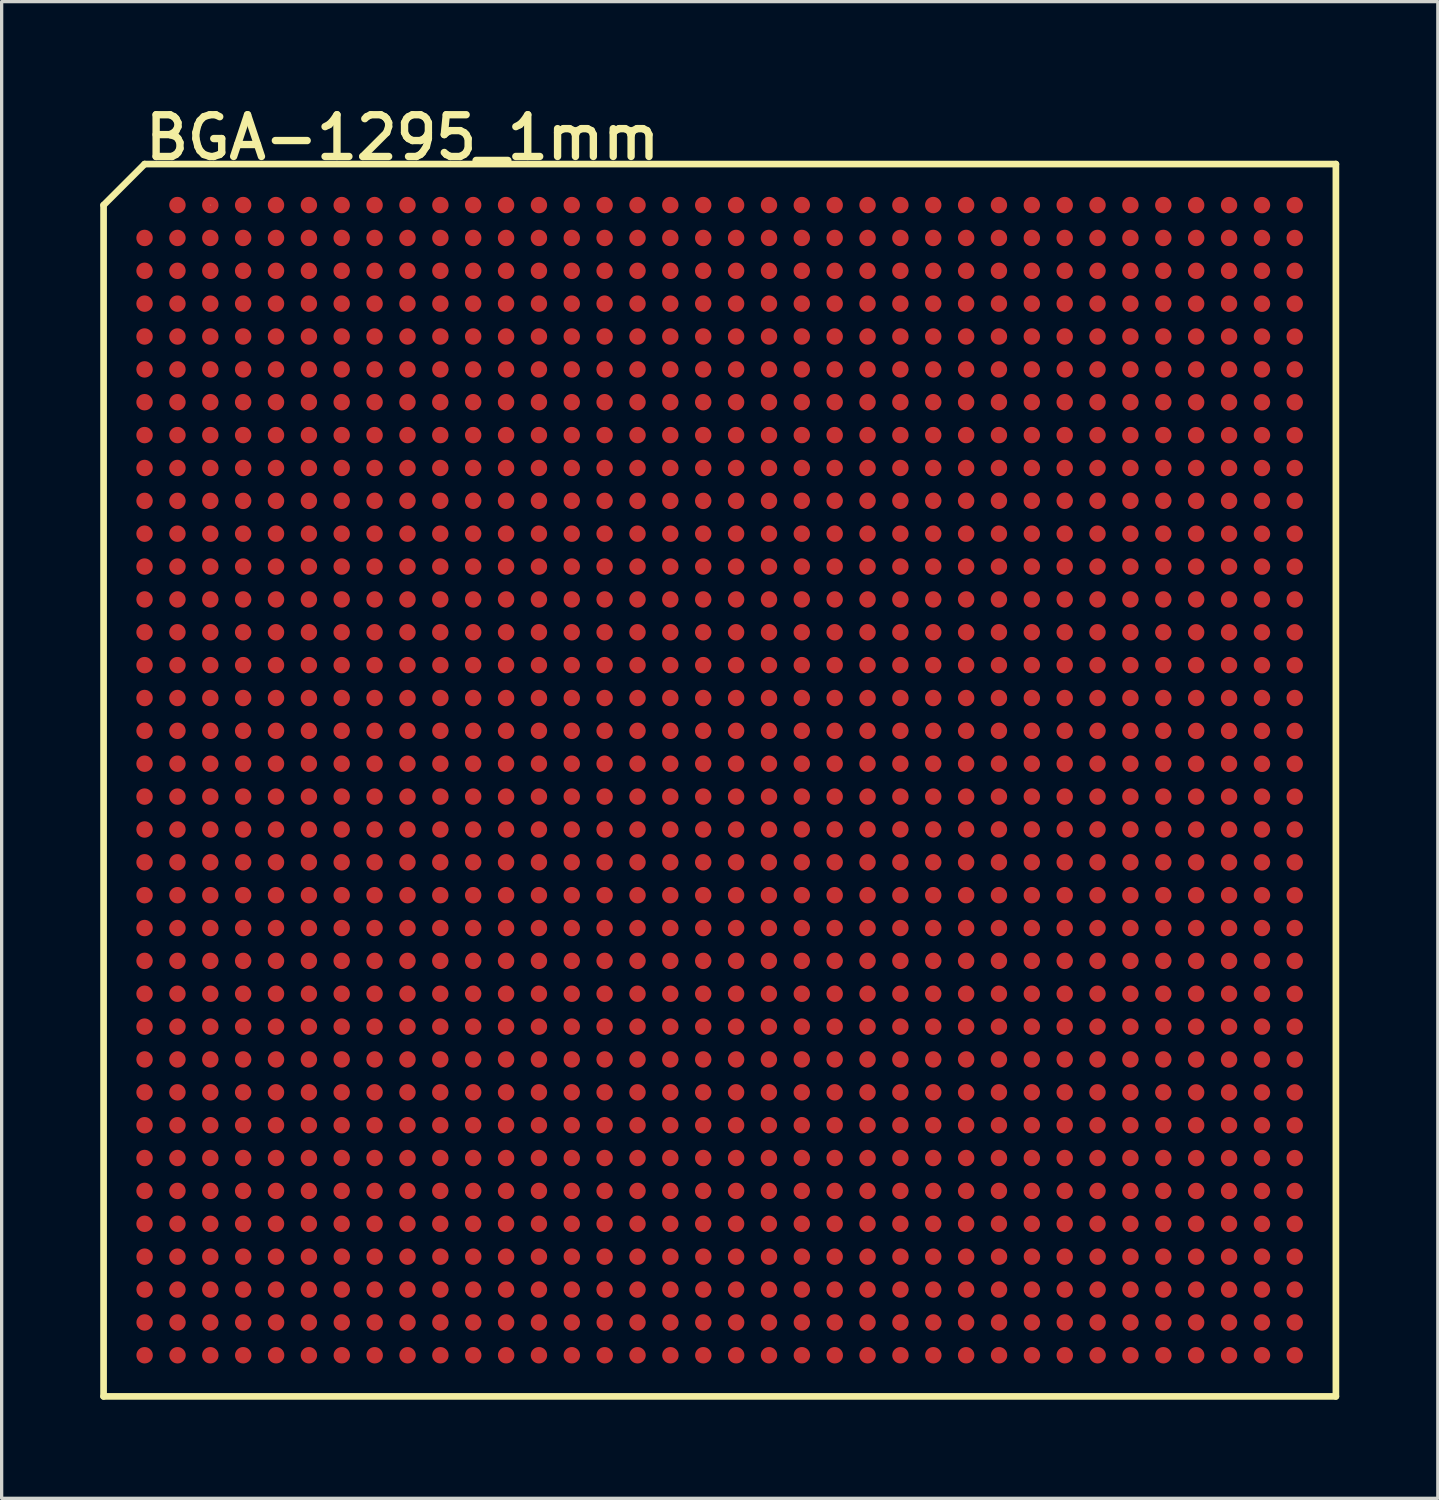
<source format=kicad_pcb>
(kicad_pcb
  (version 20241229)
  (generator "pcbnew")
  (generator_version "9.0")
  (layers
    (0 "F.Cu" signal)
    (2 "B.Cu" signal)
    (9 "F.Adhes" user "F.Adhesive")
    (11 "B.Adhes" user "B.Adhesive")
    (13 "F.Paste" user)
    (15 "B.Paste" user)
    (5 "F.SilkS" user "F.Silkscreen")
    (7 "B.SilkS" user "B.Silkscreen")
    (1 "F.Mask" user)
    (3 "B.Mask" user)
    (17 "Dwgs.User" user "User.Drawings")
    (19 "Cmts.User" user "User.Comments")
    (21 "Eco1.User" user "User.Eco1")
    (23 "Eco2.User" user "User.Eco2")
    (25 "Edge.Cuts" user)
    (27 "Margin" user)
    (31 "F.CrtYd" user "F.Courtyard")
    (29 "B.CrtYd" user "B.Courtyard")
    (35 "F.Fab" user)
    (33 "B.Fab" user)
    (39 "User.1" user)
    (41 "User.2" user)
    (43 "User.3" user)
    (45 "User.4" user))
  (footprint "BGA-1295_1mm"
    (layer "F.Cu")
    (at 18.852 20.693)
    (property "Reference" "BGA-1295_1mm" (at -9.652 -19.558 0) (layer "F.SilkS") (effects (font (size 1.27 1.27) (thickness 0.224))))
    (attr smd)
    (fp_line (start -18.75 -17.501) (end -17.501 -18.75) (stroke (width 0.203) (type solid)) (layer "F.SilkS"))
    (fp_line (start -18.75 18.75) (end -18.75 -17.501) (stroke (width 0.203) (type solid)) (layer "F.SilkS"))
    (fp_line (start -17.501 -18.75) (end 18.75 -18.75) (stroke (width 0.203) (type solid)) (layer "F.SilkS"))
    (fp_line (start -15.502 -17.503) (end -15.491 -17.503) (stroke (width 0.013) (type solid)) (layer "F.SilkS"))
    (fp_line (start 18.75 -18.75) (end 18.75 18.75) (stroke (width 0.203) (type solid)) (layer "F.SilkS"))
    (fp_line (start 18.75 18.75) (end -18.75 18.75) (stroke (width 0.203) (type solid)) (layer "F.SilkS"))
    (pad "A2" smd circle (at -16.502 -17.503) (size 0.5 0.5) (layers "F.Cu" "F.Mask" "F.Paste"))
    (pad "A3" smd circle (at -15.502 -17.503) (size 0.5 0.5) (layers "F.Cu" "F.Mask" "F.Paste"))
    (pad "A4" smd circle (at -14.503 -17.503) (size 0.5 0.5) (layers "F.Cu" "F.Mask" "F.Paste"))
    (pad "A5" smd circle (at -13.503 -17.503) (size 0.5 0.5) (layers "F.Cu" "F.Mask" "F.Paste"))
    (pad "A6" smd circle (at -12.502 -17.503) (size 0.5 0.5) (layers "F.Cu" "F.Mask" "F.Paste"))
    (pad "A7" smd circle (at -11.504 -17.503) (size 0.5 0.5) (layers "F.Cu" "F.Mask" "F.Paste"))
    (pad "A8" smd circle (at -10.503 -17.503) (size 0.5 0.5) (layers "F.Cu" "F.Mask" "F.Paste"))
    (pad "A9" smd circle (at -9.502 -17.503) (size 0.5 0.5) (layers "F.Cu" "F.Mask" "F.Paste"))
    (pad "A10" smd circle (at -8.501 -17.503) (size 0.5 0.5) (layers "F.Cu" "F.Mask" "F.Paste"))
    (pad "A11" smd circle (at -7.503 -17.503) (size 0.5 0.5) (layers "F.Cu" "F.Mask" "F.Paste"))
    (pad "A12" smd circle (at -6.502 -17.503) (size 0.5 0.5) (layers "F.Cu" "F.Mask" "F.Paste"))
    (pad "A13" smd circle (at -5.502 -17.503) (size 0.5 0.5) (layers "F.Cu" "F.Mask" "F.Paste"))
    (pad "A14" smd circle (at -4.503 -17.503) (size 0.5 0.5) (layers "F.Cu" "F.Mask" "F.Paste"))
    (pad "A15" smd circle (at -3.503 -17.503) (size 0.5 0.5) (layers "F.Cu" "F.Mask" "F.Paste"))
    (pad "A16" smd circle (at -2.502 -17.503) (size 0.5 0.5) (layers "F.Cu" "F.Mask" "F.Paste"))
    (pad "A17" smd circle (at -1.504 -17.503) (size 0.5 0.5) (layers "F.Cu" "F.Mask" "F.Paste"))
    (pad "A18" smd circle (at -0.503 -17.503) (size 0.5 0.5) (layers "F.Cu" "F.Mask" "F.Paste"))
    (pad "A19" smd circle (at 0.498 -17.503) (size 0.5 0.5) (layers "F.Cu" "F.Mask" "F.Paste"))
    (pad "A20" smd circle (at 1.499 -17.503) (size 0.5 0.5) (layers "F.Cu" "F.Mask" "F.Paste"))
    (pad "A21" smd circle (at 2.497 -17.503) (size 0.5 0.5) (layers "F.Cu" "F.Mask" "F.Paste"))
    (pad "A22" smd circle (at 3.498 -17.503) (size 0.5 0.5) (layers "F.Cu" "F.Mask" "F.Paste"))
    (pad "A23" smd circle (at 4.498 -17.503) (size 0.5 0.5) (layers "F.Cu" "F.Mask" "F.Paste"))
    (pad "A24" smd circle (at 5.497 -17.503) (size 0.5 0.5) (layers "F.Cu" "F.Mask" "F.Paste"))
    (pad "A25" smd circle (at 6.497 -17.503) (size 0.5 0.5) (layers "F.Cu" "F.Mask" "F.Paste"))
    (pad "A26" smd circle (at 7.498 -17.503) (size 0.5 0.5) (layers "F.Cu" "F.Mask" "F.Paste"))
    (pad "A27" smd circle (at 8.496 -17.503) (size 0.5 0.5) (layers "F.Cu" "F.Mask" "F.Paste"))
    (pad "A28" smd circle (at 9.497 -17.503) (size 0.5 0.5) (layers "F.Cu" "F.Mask" "F.Paste"))
    (pad "A29" smd circle (at 10.498 -17.503) (size 0.5 0.5) (layers "F.Cu" "F.Mask" "F.Paste"))
    (pad "A30" smd circle (at 11.496 -17.503) (size 0.5 0.5) (layers "F.Cu" "F.Mask" "F.Paste"))
    (pad "A31" smd circle (at 12.497 -17.503) (size 0.5 0.5) (layers "F.Cu" "F.Mask" "F.Paste"))
    (pad "A32" smd circle (at 13.498 -17.503) (size 0.5 0.5) (layers "F.Cu" "F.Mask" "F.Paste"))
    (pad "A33" smd circle (at 14.498 -17.501) (size 0.5 0.5) (layers "F.Cu" "F.Mask" "F.Paste"))
    (pad "A34" smd circle (at 15.499 -17.501) (size 0.5 0.5) (layers "F.Cu" "F.Mask" "F.Paste"))
    (pad "A35" smd circle (at 16.5 -17.501) (size 0.5 0.5) (layers "F.Cu" "F.Mask" "F.Paste"))
    (pad "A36" smd circle (at 17.498 -17.501) (size 0.5 0.5) (layers "F.Cu" "F.Mask" "F.Paste"))
    (pad "AA1" smd circle (at -17.503 2.497) (size 0.5 0.5) (layers "F.Cu" "F.Mask" "F.Paste"))
    (pad "AA2" smd circle (at -16.502 2.497) (size 0.5 0.5) (layers "F.Cu" "F.Mask" "F.Paste"))
    (pad "AA3" smd circle (at -15.502 2.497) (size 0.5 0.5) (layers "F.Cu" "F.Mask" "F.Paste"))
    (pad "AA4" smd circle (at -14.503 2.497) (size 0.5 0.5) (layers "F.Cu" "F.Mask" "F.Paste"))
    (pad "AA5" smd circle (at -13.503 2.497) (size 0.5 0.5) (layers "F.Cu" "F.Mask" "F.Paste"))
    (pad "AA6" smd circle (at -12.502 2.497) (size 0.5 0.5) (layers "F.Cu" "F.Mask" "F.Paste"))
    (pad "AA7" smd circle (at -11.504 2.497) (size 0.5 0.5) (layers "F.Cu" "F.Mask" "F.Paste"))
    (pad "AA8" smd circle (at -10.503 2.497) (size 0.5 0.5) (layers "F.Cu" "F.Mask" "F.Paste"))
    (pad "AA9" smd circle (at -9.502 2.497) (size 0.5 0.5) (layers "F.Cu" "F.Mask" "F.Paste"))
    (pad "AA10" smd circle (at -8.504 2.497) (size 0.5 0.5) (layers "F.Cu" "F.Mask" "F.Paste"))
    (pad "AA11" smd circle (at -7.503 2.497) (size 0.5 0.5) (layers "F.Cu" "F.Mask" "F.Paste"))
    (pad "AA12" smd circle (at -6.502 2.497) (size 0.5 0.5) (layers "F.Cu" "F.Mask" "F.Paste"))
    (pad "AA13" smd circle (at -5.502 2.497) (size 0.5 0.5) (layers "F.Cu" "F.Mask" "F.Paste"))
    (pad "AA14" smd circle (at -4.503 2.497) (size 0.5 0.5) (layers "F.Cu" "F.Mask" "F.Paste"))
    (pad "AA15" smd circle (at -3.503 2.497) (size 0.5 0.5) (layers "F.Cu" "F.Mask" "F.Paste"))
    (pad "AA16" smd circle (at -2.502 2.497) (size 0.5 0.5) (layers "F.Cu" "F.Mask" "F.Paste"))
    (pad "AA17" smd circle (at -1.504 2.497) (size 0.5 0.5) (layers "F.Cu" "F.Mask" "F.Paste"))
    (pad "AA18" smd circle (at -0.503 2.497) (size 0.5 0.5) (layers "F.Cu" "F.Mask" "F.Paste"))
    (pad "AA19" smd circle (at 0.498 2.497) (size 0.5 0.5) (layers "F.Cu" "F.Mask" "F.Paste"))
    (pad "AA20" smd circle (at 1.496 2.497) (size 0.5 0.5) (layers "F.Cu" "F.Mask" "F.Paste"))
    (pad "AA21" smd circle (at 2.497 2.497) (size 0.5 0.5) (layers "F.Cu" "F.Mask" "F.Paste"))
    (pad "AA22" smd circle (at 3.498 2.497) (size 0.5 0.5) (layers "F.Cu" "F.Mask" "F.Paste"))
    (pad "AA23" smd circle (at 4.498 2.497) (size 0.5 0.5) (layers "F.Cu" "F.Mask" "F.Paste"))
    (pad "AA24" smd circle (at 5.497 2.497) (size 0.5 0.5) (layers "F.Cu" "F.Mask" "F.Paste"))
    (pad "AA25" smd circle (at 6.497 2.497) (size 0.5 0.5) (layers "F.Cu" "F.Mask" "F.Paste"))
    (pad "AA26" smd circle (at 7.498 2.497) (size 0.5 0.5) (layers "F.Cu" "F.Mask" "F.Paste"))
    (pad "AA27" smd circle (at 8.496 2.497) (size 0.5 0.5) (layers "F.Cu" "F.Mask" "F.Paste"))
    (pad "AA28" smd circle (at 9.497 2.497) (size 0.5 0.5) (layers "F.Cu" "F.Mask" "F.Paste"))
    (pad "AA29" smd circle (at 10.498 2.497) (size 0.5 0.5) (layers "F.Cu" "F.Mask" "F.Paste"))
    (pad "AA30" smd circle (at 11.496 2.497) (size 0.5 0.5) (layers "F.Cu" "F.Mask" "F.Paste"))
    (pad "AA31" smd circle (at 12.497 2.497) (size 0.5 0.5) (layers "F.Cu" "F.Mask" "F.Paste"))
    (pad "AA32" smd circle (at 13.498 2.497) (size 0.5 0.5) (layers "F.Cu" "F.Mask" "F.Paste"))
    (pad "AA33" smd circle (at 14.498 2.499) (size 0.5 0.5) (layers "F.Cu" "F.Mask" "F.Paste"))
    (pad "AA34" smd circle (at 15.499 2.499) (size 0.5 0.5) (layers "F.Cu" "F.Mask" "F.Paste"))
    (pad "AA35" smd circle (at 16.5 2.499) (size 0.5 0.5) (layers "F.Cu" "F.Mask" "F.Paste"))
    (pad "AA36" smd circle (at 17.498 2.499) (size 0.5 0.5) (layers "F.Cu" "F.Mask" "F.Paste"))
    (pad "AB1" smd circle (at -17.503 3.498) (size 0.5 0.5) (layers "F.Cu" "F.Mask" "F.Paste"))
    (pad "AB2" smd circle (at -16.502 3.498) (size 0.5 0.5) (layers "F.Cu" "F.Mask" "F.Paste"))
    (pad "AB3" smd circle (at -15.502 3.498) (size 0.5 0.5) (layers "F.Cu" "F.Mask" "F.Paste"))
    (pad "AB4" smd circle (at -14.503 3.498) (size 0.5 0.5) (layers "F.Cu" "F.Mask" "F.Paste"))
    (pad "AB5" smd circle (at -13.503 3.498) (size 0.5 0.5) (layers "F.Cu" "F.Mask" "F.Paste"))
    (pad "AB6" smd circle (at -12.502 3.498) (size 0.5 0.5) (layers "F.Cu" "F.Mask" "F.Paste"))
    (pad "AB7" smd circle (at -11.504 3.498) (size 0.5 0.5) (layers "F.Cu" "F.Mask" "F.Paste"))
    (pad "AB8" smd circle (at -10.503 3.498) (size 0.5 0.5) (layers "F.Cu" "F.Mask" "F.Paste"))
    (pad "AB9" smd circle (at -9.502 3.498) (size 0.5 0.5) (layers "F.Cu" "F.Mask" "F.Paste"))
    (pad "AB10" smd circle (at -8.504 3.498) (size 0.5 0.5) (layers "F.Cu" "F.Mask" "F.Paste"))
    (pad "AB11" smd circle (at -7.503 3.498) (size 0.5 0.5) (layers "F.Cu" "F.Mask" "F.Paste"))
    (pad "AB12" smd circle (at -6.502 3.498) (size 0.5 0.5) (layers "F.Cu" "F.Mask" "F.Paste"))
    (pad "AB13" smd circle (at -5.502 3.498) (size 0.5 0.5) (layers "F.Cu" "F.Mask" "F.Paste"))
    (pad "AB14" smd circle (at -4.503 3.498) (size 0.5 0.5) (layers "F.Cu" "F.Mask" "F.Paste"))
    (pad "AB15" smd circle (at -3.503 3.498) (size 0.5 0.5) (layers "F.Cu" "F.Mask" "F.Paste"))
    (pad "AB16" smd circle (at -2.502 3.498) (size 0.5 0.5) (layers "F.Cu" "F.Mask" "F.Paste"))
    (pad "AB17" smd circle (at -1.504 3.498) (size 0.5 0.5) (layers "F.Cu" "F.Mask" "F.Paste"))
    (pad "AB18" smd circle (at -0.503 3.498) (size 0.5 0.5) (layers "F.Cu" "F.Mask" "F.Paste"))
    (pad "AB19" smd circle (at 0.498 3.498) (size 0.5 0.5) (layers "F.Cu" "F.Mask" "F.Paste"))
    (pad "AB20" smd circle (at 1.496 3.498) (size 0.5 0.5) (layers "F.Cu" "F.Mask" "F.Paste"))
    (pad "AB21" smd circle (at 2.497 3.498) (size 0.5 0.5) (layers "F.Cu" "F.Mask" "F.Paste"))
    (pad "AB22" smd circle (at 3.498 3.498) (size 0.5 0.5) (layers "F.Cu" "F.Mask" "F.Paste"))
    (pad "AB23" smd circle (at 4.498 3.498) (size 0.5 0.5) (layers "F.Cu" "F.Mask" "F.Paste"))
    (pad "AB24" smd circle (at 5.497 3.498) (size 0.5 0.5) (layers "F.Cu" "F.Mask" "F.Paste"))
    (pad "AB25" smd circle (at 6.497 3.498) (size 0.5 0.5) (layers "F.Cu" "F.Mask" "F.Paste"))
    (pad "AB26" smd circle (at 7.498 3.498) (size 0.5 0.5) (layers "F.Cu" "F.Mask" "F.Paste"))
    (pad "AB27" smd circle (at 8.496 3.498) (size 0.5 0.5) (layers "F.Cu" "F.Mask" "F.Paste"))
    (pad "AB28" smd circle (at 9.497 3.498) (size 0.5 0.5) (layers "F.Cu" "F.Mask" "F.Paste"))
    (pad "AB29" smd circle (at 10.498 3.498) (size 0.5 0.5) (layers "F.Cu" "F.Mask" "F.Paste"))
    (pad "AB30" smd circle (at 11.496 3.498) (size 0.5 0.5) (layers "F.Cu" "F.Mask" "F.Paste"))
    (pad "AB31" smd circle (at 12.497 3.498) (size 0.5 0.5) (layers "F.Cu" "F.Mask" "F.Paste"))
    (pad "AB32" smd circle (at 13.498 3.498) (size 0.5 0.5) (layers "F.Cu" "F.Mask" "F.Paste"))
    (pad "AB33" smd circle (at 14.498 3.498) (size 0.5 0.5) (layers "F.Cu" "F.Mask" "F.Paste"))
    (pad "AB34" smd circle (at 15.499 3.498) (size 0.5 0.5) (layers "F.Cu" "F.Mask" "F.Paste"))
    (pad "AB35" smd circle (at 16.5 3.5) (size 0.5 0.5) (layers "F.Cu" "F.Mask" "F.Paste"))
    (pad "AB36" smd circle (at 17.498 3.5) (size 0.5 0.5) (layers "F.Cu" "F.Mask" "F.Paste"))
    (pad "AC1" smd circle (at -17.503 4.498) (size 0.5 0.5) (layers "F.Cu" "F.Mask" "F.Paste"))
    (pad "AC2" smd circle (at -16.502 4.498) (size 0.5 0.5) (layers "F.Cu" "F.Mask" "F.Paste"))
    (pad "AC3" smd circle (at -15.502 4.498) (size 0.5 0.5) (layers "F.Cu" "F.Mask" "F.Paste"))
    (pad "AC4" smd circle (at -14.503 4.498) (size 0.5 0.5) (layers "F.Cu" "F.Mask" "F.Paste"))
    (pad "AC5" smd circle (at -13.503 4.498) (size 0.5 0.5) (layers "F.Cu" "F.Mask" "F.Paste"))
    (pad "AC6" smd circle (at -12.502 4.498) (size 0.5 0.5) (layers "F.Cu" "F.Mask" "F.Paste"))
    (pad "AC7" smd circle (at -11.504 4.498) (size 0.5 0.5) (layers "F.Cu" "F.Mask" "F.Paste"))
    (pad "AC8" smd circle (at -10.503 4.498) (size 0.5 0.5) (layers "F.Cu" "F.Mask" "F.Paste"))
    (pad "AC9" smd circle (at -9.502 4.498) (size 0.5 0.5) (layers "F.Cu" "F.Mask" "F.Paste"))
    (pad "AC10" smd circle (at -8.504 4.498) (size 0.5 0.5) (layers "F.Cu" "F.Mask" "F.Paste"))
    (pad "AC11" smd circle (at -7.503 4.498) (size 0.5 0.5) (layers "F.Cu" "F.Mask" "F.Paste"))
    (pad "AC12" smd circle (at -6.502 4.498) (size 0.5 0.5) (layers "F.Cu" "F.Mask" "F.Paste"))
    (pad "AC13" smd circle (at -5.502 4.498) (size 0.5 0.5) (layers "F.Cu" "F.Mask" "F.Paste"))
    (pad "AC14" smd circle (at -4.503 4.498) (size 0.5 0.5) (layers "F.Cu" "F.Mask" "F.Paste"))
    (pad "AC15" smd circle (at -3.503 4.498) (size 0.5 0.5) (layers "F.Cu" "F.Mask" "F.Paste"))
    (pad "AC16" smd circle (at -2.502 4.498) (size 0.5 0.5) (layers "F.Cu" "F.Mask" "F.Paste"))
    (pad "AC17" smd circle (at -1.504 4.498) (size 0.5 0.5) (layers "F.Cu" "F.Mask" "F.Paste"))
    (pad "AC18" smd circle (at -0.503 4.498) (size 0.5 0.5) (layers "F.Cu" "F.Mask" "F.Paste"))
    (pad "AC19" smd circle (at 0.498 4.498) (size 0.5 0.5) (layers "F.Cu" "F.Mask" "F.Paste"))
    (pad "AC20" smd circle (at 1.496 4.498) (size 0.5 0.5) (layers "F.Cu" "F.Mask" "F.Paste"))
    (pad "AC21" smd circle (at 2.497 4.498) (size 0.5 0.5) (layers "F.Cu" "F.Mask" "F.Paste"))
    (pad "AC22" smd circle (at 3.498 4.498) (size 0.5 0.5) (layers "F.Cu" "F.Mask" "F.Paste"))
    (pad "AC23" smd circle (at 4.498 4.498) (size 0.5 0.5) (layers "F.Cu" "F.Mask" "F.Paste"))
    (pad "AC24" smd circle (at 5.497 4.498) (size 0.5 0.5) (layers "F.Cu" "F.Mask" "F.Paste"))
    (pad "AC25" smd circle (at 6.497 4.498) (size 0.5 0.5) (layers "F.Cu" "F.Mask" "F.Paste"))
    (pad "AC26" smd circle (at 7.498 4.498) (size 0.5 0.5) (layers "F.Cu" "F.Mask" "F.Paste"))
    (pad "AC27" smd circle (at 8.496 4.498) (size 0.5 0.5) (layers "F.Cu" "F.Mask" "F.Paste"))
    (pad "AC28" smd circle (at 9.497 4.498) (size 0.5 0.5) (layers "F.Cu" "F.Mask" "F.Paste"))
    (pad "AC29" smd circle (at 10.498 4.498) (size 0.5 0.5) (layers "F.Cu" "F.Mask" "F.Paste"))
    (pad "AC30" smd circle (at 11.496 4.498) (size 0.5 0.5) (layers "F.Cu" "F.Mask" "F.Paste"))
    (pad "AC31" smd circle (at 12.497 4.498) (size 0.5 0.5) (layers "F.Cu" "F.Mask" "F.Paste"))
    (pad "AC32" smd circle (at 13.498 4.498) (size 0.5 0.5) (layers "F.Cu" "F.Mask" "F.Paste"))
    (pad "AC33" smd circle (at 14.498 4.498) (size 0.5 0.5) (layers "F.Cu" "F.Mask" "F.Paste"))
    (pad "AC34" smd circle (at 15.499 4.498) (size 0.5 0.5) (layers "F.Cu" "F.Mask" "F.Paste"))
    (pad "AC35" smd circle (at 16.5 4.498) (size 0.5 0.5) (layers "F.Cu" "F.Mask" "F.Paste"))
    (pad "AC36" smd circle (at 17.498 4.498) (size 0.5 0.5) (layers "F.Cu" "F.Mask" "F.Paste"))
    (pad "AD1" smd circle (at -17.503 5.497) (size 0.5 0.5) (layers "F.Cu" "F.Mask" "F.Paste"))
    (pad "AD2" smd circle (at -16.502 5.497) (size 0.5 0.5) (layers "F.Cu" "F.Mask" "F.Paste"))
    (pad "AD3" smd circle (at -15.502 5.497) (size 0.5 0.5) (layers "F.Cu" "F.Mask" "F.Paste"))
    (pad "AD4" smd circle (at -14.503 5.497) (size 0.5 0.5) (layers "F.Cu" "F.Mask" "F.Paste"))
    (pad "AD5" smd circle (at -13.503 5.497) (size 0.5 0.5) (layers "F.Cu" "F.Mask" "F.Paste"))
    (pad "AD6" smd circle (at -12.502 5.497) (size 0.5 0.5) (layers "F.Cu" "F.Mask" "F.Paste"))
    (pad "AD7" smd circle (at -11.504 5.497) (size 0.5 0.5) (layers "F.Cu" "F.Mask" "F.Paste"))
    (pad "AD8" smd circle (at -10.503 5.497) (size 0.5 0.5) (layers "F.Cu" "F.Mask" "F.Paste"))
    (pad "AD9" smd circle (at -9.502 5.497) (size 0.5 0.5) (layers "F.Cu" "F.Mask" "F.Paste"))
    (pad "AD10" smd circle (at -8.504 5.497) (size 0.5 0.5) (layers "F.Cu" "F.Mask" "F.Paste"))
    (pad "AD11" smd circle (at -7.503 5.497) (size 0.5 0.5) (layers "F.Cu" "F.Mask" "F.Paste"))
    (pad "AD12" smd circle (at -6.502 5.497) (size 0.5 0.5) (layers "F.Cu" "F.Mask" "F.Paste"))
    (pad "AD13" smd circle (at -5.502 5.497) (size 0.5 0.5) (layers "F.Cu" "F.Mask" "F.Paste"))
    (pad "AD14" smd circle (at -4.503 5.497) (size 0.5 0.5) (layers "F.Cu" "F.Mask" "F.Paste"))
    (pad "AD15" smd circle (at -3.503 5.497) (size 0.5 0.5) (layers "F.Cu" "F.Mask" "F.Paste"))
    (pad "AD16" smd circle (at -2.502 5.497) (size 0.5 0.5) (layers "F.Cu" "F.Mask" "F.Paste"))
    (pad "AD17" smd circle (at -1.504 5.497) (size 0.5 0.5) (layers "F.Cu" "F.Mask" "F.Paste"))
    (pad "AD18" smd circle (at -0.503 5.497) (size 0.5 0.5) (layers "F.Cu" "F.Mask" "F.Paste"))
    (pad "AD19" smd circle (at 0.498 5.497) (size 0.5 0.5) (layers "F.Cu" "F.Mask" "F.Paste"))
    (pad "AD20" smd circle (at 1.496 5.497) (size 0.5 0.5) (layers "F.Cu" "F.Mask" "F.Paste"))
    (pad "AD21" smd circle (at 2.497 5.497) (size 0.5 0.5) (layers "F.Cu" "F.Mask" "F.Paste"))
    (pad "AD22" smd circle (at 3.498 5.497) (size 0.5 0.5) (layers "F.Cu" "F.Mask" "F.Paste"))
    (pad "AD23" smd circle (at 4.498 5.497) (size 0.5 0.5) (layers "F.Cu" "F.Mask" "F.Paste"))
    (pad "AD24" smd circle (at 5.497 5.497) (size 0.5 0.5) (layers "F.Cu" "F.Mask" "F.Paste"))
    (pad "AD25" smd circle (at 6.497 5.497) (size 0.5 0.5) (layers "F.Cu" "F.Mask" "F.Paste"))
    (pad "AD26" smd circle (at 7.498 5.497) (size 0.5 0.5) (layers "F.Cu" "F.Mask" "F.Paste"))
    (pad "AD27" smd circle (at 8.496 5.497) (size 0.5 0.5) (layers "F.Cu" "F.Mask" "F.Paste"))
    (pad "AD28" smd circle (at 9.497 5.497) (size 0.5 0.5) (layers "F.Cu" "F.Mask" "F.Paste"))
    (pad "AD29" smd circle (at 10.498 5.497) (size 0.5 0.5) (layers "F.Cu" "F.Mask" "F.Paste"))
    (pad "AD30" smd circle (at 11.496 5.497) (size 0.5 0.5) (layers "F.Cu" "F.Mask" "F.Paste"))
    (pad "AD31" smd circle (at 12.497 5.497) (size 0.5 0.5) (layers "F.Cu" "F.Mask" "F.Paste"))
    (pad "AD32" smd circle (at 13.498 5.497) (size 0.5 0.5) (layers "F.Cu" "F.Mask" "F.Paste"))
    (pad "AD33" smd circle (at 14.498 5.499) (size 0.5 0.5) (layers "F.Cu" "F.Mask" "F.Paste"))
    (pad "AD34" smd circle (at 15.499 5.499) (size 0.5 0.5) (layers "F.Cu" "F.Mask" "F.Paste"))
    (pad "AD35" smd circle (at 16.5 5.499) (size 0.5 0.5) (layers "F.Cu" "F.Mask" "F.Paste"))
    (pad "AD36" smd circle (at 17.498 5.499) (size 0.5 0.5) (layers "F.Cu" "F.Mask" "F.Paste"))
    (pad "AE1" smd circle (at -17.503 6.497) (size 0.5 0.5) (layers "F.Cu" "F.Mask" "F.Paste"))
    (pad "AE2" smd circle (at -16.502 6.497) (size 0.5 0.5) (layers "F.Cu" "F.Mask" "F.Paste"))
    (pad "AE3" smd circle (at -15.502 6.497) (size 0.5 0.5) (layers "F.Cu" "F.Mask" "F.Paste"))
    (pad "AE4" smd circle (at -14.503 6.497) (size 0.5 0.5) (layers "F.Cu" "F.Mask" "F.Paste"))
    (pad "AE5" smd circle (at -13.503 6.497) (size 0.5 0.5) (layers "F.Cu" "F.Mask" "F.Paste"))
    (pad "AE6" smd circle (at -12.502 6.497) (size 0.5 0.5) (layers "F.Cu" "F.Mask" "F.Paste"))
    (pad "AE7" smd circle (at -11.504 6.497) (size 0.5 0.5) (layers "F.Cu" "F.Mask" "F.Paste"))
    (pad "AE8" smd circle (at -10.503 6.497) (size 0.5 0.5) (layers "F.Cu" "F.Mask" "F.Paste"))
    (pad "AE9" smd circle (at -9.502 6.497) (size 0.5 0.5) (layers "F.Cu" "F.Mask" "F.Paste"))
    (pad "AE10" smd circle (at -8.504 6.497) (size 0.5 0.5) (layers "F.Cu" "F.Mask" "F.Paste"))
    (pad "AE11" smd circle (at -7.503 6.497) (size 0.5 0.5) (layers "F.Cu" "F.Mask" "F.Paste"))
    (pad "AE12" smd circle (at -6.502 6.497) (size 0.5 0.5) (layers "F.Cu" "F.Mask" "F.Paste"))
    (pad "AE13" smd circle (at -5.502 6.497) (size 0.5 0.5) (layers "F.Cu" "F.Mask" "F.Paste"))
    (pad "AE14" smd circle (at -4.503 6.497) (size 0.5 0.5) (layers "F.Cu" "F.Mask" "F.Paste"))
    (pad "AE15" smd circle (at -3.503 6.497) (size 0.5 0.5) (layers "F.Cu" "F.Mask" "F.Paste"))
    (pad "AE16" smd circle (at -2.502 6.497) (size 0.5 0.5) (layers "F.Cu" "F.Mask" "F.Paste"))
    (pad "AE17" smd circle (at -1.504 6.497) (size 0.5 0.5) (layers "F.Cu" "F.Mask" "F.Paste"))
    (pad "AE18" smd circle (at -0.503 6.497) (size 0.5 0.5) (layers "F.Cu" "F.Mask" "F.Paste"))
    (pad "AE19" smd circle (at 0.498 6.497) (size 0.5 0.5) (layers "F.Cu" "F.Mask" "F.Paste"))
    (pad "AE20" smd circle (at 1.496 6.497) (size 0.5 0.5) (layers "F.Cu" "F.Mask" "F.Paste"))
    (pad "AE21" smd circle (at 2.497 6.497) (size 0.5 0.5) (layers "F.Cu" "F.Mask" "F.Paste"))
    (pad "AE22" smd circle (at 3.498 6.497) (size 0.5 0.5) (layers "F.Cu" "F.Mask" "F.Paste"))
    (pad "AE23" smd circle (at 4.498 6.497) (size 0.5 0.5) (layers "F.Cu" "F.Mask" "F.Paste"))
    (pad "AE24" smd circle (at 5.497 6.497) (size 0.5 0.5) (layers "F.Cu" "F.Mask" "F.Paste"))
    (pad "AE25" smd circle (at 6.497 6.497) (size 0.5 0.5) (layers "F.Cu" "F.Mask" "F.Paste"))
    (pad "AE26" smd circle (at 7.498 6.497) (size 0.5 0.5) (layers "F.Cu" "F.Mask" "F.Paste"))
    (pad "AE27" smd circle (at 8.496 6.497) (size 0.5 0.5) (layers "F.Cu" "F.Mask" "F.Paste"))
    (pad "AE28" smd circle (at 9.497 6.497) (size 0.5 0.5) (layers "F.Cu" "F.Mask" "F.Paste"))
    (pad "AE29" smd circle (at 10.498 6.497) (size 0.5 0.5) (layers "F.Cu" "F.Mask" "F.Paste"))
    (pad "AE30" smd circle (at 11.496 6.497) (size 0.5 0.5) (layers "F.Cu" "F.Mask" "F.Paste"))
    (pad "AE31" smd circle (at 12.497 6.497) (size 0.5 0.5) (layers "F.Cu" "F.Mask" "F.Paste"))
    (pad "AE32" smd circle (at 13.498 6.497) (size 0.5 0.5) (layers "F.Cu" "F.Mask" "F.Paste"))
    (pad "AE33" smd circle (at 14.498 6.497) (size 0.5 0.5) (layers "F.Cu" "F.Mask" "F.Paste"))
    (pad "AE34" smd circle (at 15.499 6.497) (size 0.5 0.5) (layers "F.Cu" "F.Mask" "F.Paste"))
    (pad "AE35" smd circle (at 16.5 6.5) (size 0.5 0.5) (layers "F.Cu" "F.Mask" "F.Paste"))
    (pad "AE36" smd circle (at 17.498 6.5) (size 0.5 0.5) (layers "F.Cu" "F.Mask" "F.Paste"))
    (pad "AF1" smd circle (at -17.503 7.498) (size 0.5 0.5) (layers "F.Cu" "F.Mask" "F.Paste"))
    (pad "AF2" smd circle (at -16.502 7.498) (size 0.5 0.5) (layers "F.Cu" "F.Mask" "F.Paste"))
    (pad "AF3" smd circle (at -15.502 7.498) (size 0.5 0.5) (layers "F.Cu" "F.Mask" "F.Paste"))
    (pad "AF4" smd circle (at -14.503 7.498) (size 0.5 0.5) (layers "F.Cu" "F.Mask" "F.Paste"))
    (pad "AF5" smd circle (at -13.503 7.498) (size 0.5 0.5) (layers "F.Cu" "F.Mask" "F.Paste"))
    (pad "AF6" smd circle (at -12.502 7.498) (size 0.5 0.5) (layers "F.Cu" "F.Mask" "F.Paste"))
    (pad "AF7" smd circle (at -11.504 7.498) (size 0.5 0.5) (layers "F.Cu" "F.Mask" "F.Paste"))
    (pad "AF8" smd circle (at -10.503 7.498) (size 0.5 0.5) (layers "F.Cu" "F.Mask" "F.Paste"))
    (pad "AF9" smd circle (at -9.502 7.498) (size 0.5 0.5) (layers "F.Cu" "F.Mask" "F.Paste"))
    (pad "AF10" smd circle (at -8.504 7.498) (size 0.5 0.5) (layers "F.Cu" "F.Mask" "F.Paste"))
    (pad "AF11" smd circle (at -7.503 7.498) (size 0.5 0.5) (layers "F.Cu" "F.Mask" "F.Paste"))
    (pad "AF12" smd circle (at -6.502 7.498) (size 0.5 0.5) (layers "F.Cu" "F.Mask" "F.Paste"))
    (pad "AF13" smd circle (at -5.502 7.498) (size 0.5 0.5) (layers "F.Cu" "F.Mask" "F.Paste"))
    (pad "AF14" smd circle (at -4.503 7.498) (size 0.5 0.5) (layers "F.Cu" "F.Mask" "F.Paste"))
    (pad "AF15" smd circle (at -3.503 7.498) (size 0.5 0.5) (layers "F.Cu" "F.Mask" "F.Paste"))
    (pad "AF16" smd circle (at -2.502 7.498) (size 0.5 0.5) (layers "F.Cu" "F.Mask" "F.Paste"))
    (pad "AF17" smd circle (at -1.504 7.498) (size 0.5 0.5) (layers "F.Cu" "F.Mask" "F.Paste"))
    (pad "AF18" smd circle (at -0.503 7.498) (size 0.5 0.5) (layers "F.Cu" "F.Mask" "F.Paste"))
    (pad "AF19" smd circle (at 0.498 7.498) (size 0.5 0.5) (layers "F.Cu" "F.Mask" "F.Paste"))
    (pad "AF20" smd circle (at 1.496 7.498) (size 0.5 0.5) (layers "F.Cu" "F.Mask" "F.Paste"))
    (pad "AF21" smd circle (at 2.497 7.498) (size 0.5 0.5) (layers "F.Cu" "F.Mask" "F.Paste"))
    (pad "AF22" smd circle (at 3.498 7.498) (size 0.5 0.5) (layers "F.Cu" "F.Mask" "F.Paste"))
    (pad "AF23" smd circle (at 4.498 7.498) (size 0.5 0.5) (layers "F.Cu" "F.Mask" "F.Paste"))
    (pad "AF24" smd circle (at 5.497 7.498) (size 0.5 0.5) (layers "F.Cu" "F.Mask" "F.Paste"))
    (pad "AF25" smd circle (at 6.497 7.498) (size 0.5 0.5) (layers "F.Cu" "F.Mask" "F.Paste"))
    (pad "AF26" smd circle (at 7.498 7.498) (size 0.5 0.5) (layers "F.Cu" "F.Mask" "F.Paste"))
    (pad "AF27" smd circle (at 8.496 7.498) (size 0.5 0.5) (layers "F.Cu" "F.Mask" "F.Paste"))
    (pad "AF28" smd circle (at 9.497 7.498) (size 0.5 0.5) (layers "F.Cu" "F.Mask" "F.Paste"))
    (pad "AF29" smd circle (at 10.498 7.498) (size 0.5 0.5) (layers "F.Cu" "F.Mask" "F.Paste"))
    (pad "AF30" smd circle (at 11.496 7.498) (size 0.5 0.5) (layers "F.Cu" "F.Mask" "F.Paste"))
    (pad "AF31" smd circle (at 12.497 7.498) (size 0.5 0.5) (layers "F.Cu" "F.Mask" "F.Paste"))
    (pad "AF32" smd circle (at 13.498 7.498) (size 0.5 0.5) (layers "F.Cu" "F.Mask" "F.Paste"))
    (pad "AF33" smd circle (at 14.498 7.498) (size 0.5 0.5) (layers "F.Cu" "F.Mask" "F.Paste"))
    (pad "AF34" smd circle (at 15.499 7.498) (size 0.5 0.5) (layers "F.Cu" "F.Mask" "F.Paste"))
    (pad "AF35" smd circle (at 16.5 7.498) (size 0.5 0.5) (layers "F.Cu" "F.Mask" "F.Paste"))
    (pad "AF36" smd circle (at 17.498 7.498) (size 0.5 0.5) (layers "F.Cu" "F.Mask" "F.Paste"))
    (pad "AG1" smd circle (at -17.503 8.496) (size 0.5 0.5) (layers "F.Cu" "F.Mask" "F.Paste"))
    (pad "AG2" smd circle (at -16.502 8.496) (size 0.5 0.5) (layers "F.Cu" "F.Mask" "F.Paste"))
    (pad "AG3" smd circle (at -15.502 8.496) (size 0.5 0.5) (layers "F.Cu" "F.Mask" "F.Paste"))
    (pad "AG4" smd circle (at -14.503 8.496) (size 0.5 0.5) (layers "F.Cu" "F.Mask" "F.Paste"))
    (pad "AG5" smd circle (at -13.503 8.496) (size 0.5 0.5) (layers "F.Cu" "F.Mask" "F.Paste"))
    (pad "AG6" smd circle (at -12.502 8.496) (size 0.5 0.5) (layers "F.Cu" "F.Mask" "F.Paste"))
    (pad "AG7" smd circle (at -11.504 8.496) (size 0.5 0.5) (layers "F.Cu" "F.Mask" "F.Paste"))
    (pad "AG8" smd circle (at -10.503 8.496) (size 0.5 0.5) (layers "F.Cu" "F.Mask" "F.Paste"))
    (pad "AG9" smd circle (at -9.502 8.496) (size 0.5 0.5) (layers "F.Cu" "F.Mask" "F.Paste"))
    (pad "AG10" smd circle (at -8.504 8.496) (size 0.5 0.5) (layers "F.Cu" "F.Mask" "F.Paste"))
    (pad "AG11" smd circle (at -7.503 8.496) (size 0.5 0.5) (layers "F.Cu" "F.Mask" "F.Paste"))
    (pad "AG12" smd circle (at -6.502 8.496) (size 0.5 0.5) (layers "F.Cu" "F.Mask" "F.Paste"))
    (pad "AG13" smd circle (at -5.502 8.496) (size 0.5 0.5) (layers "F.Cu" "F.Mask" "F.Paste"))
    (pad "AG14" smd circle (at -4.503 8.496) (size 0.5 0.5) (layers "F.Cu" "F.Mask" "F.Paste"))
    (pad "AG15" smd circle (at -3.503 8.496) (size 0.5 0.5) (layers "F.Cu" "F.Mask" "F.Paste"))
    (pad "AG16" smd circle (at -2.502 8.496) (size 0.5 0.5) (layers "F.Cu" "F.Mask" "F.Paste"))
    (pad "AG17" smd circle (at -1.504 8.496) (size 0.5 0.5) (layers "F.Cu" "F.Mask" "F.Paste"))
    (pad "AG18" smd circle (at -0.503 8.496) (size 0.5 0.5) (layers "F.Cu" "F.Mask" "F.Paste"))
    (pad "AG19" smd circle (at 0.498 8.496) (size 0.5 0.5) (layers "F.Cu" "F.Mask" "F.Paste"))
    (pad "AG20" smd circle (at 1.496 8.496) (size 0.5 0.5) (layers "F.Cu" "F.Mask" "F.Paste"))
    (pad "AG21" smd circle (at 2.497 8.496) (size 0.5 0.5) (layers "F.Cu" "F.Mask" "F.Paste"))
    (pad "AG22" smd circle (at 3.498 8.496) (size 0.5 0.5) (layers "F.Cu" "F.Mask" "F.Paste"))
    (pad "AG23" smd circle (at 4.498 8.496) (size 0.5 0.5) (layers "F.Cu" "F.Mask" "F.Paste"))
    (pad "AG24" smd circle (at 5.497 8.496) (size 0.5 0.5) (layers "F.Cu" "F.Mask" "F.Paste"))
    (pad "AG25" smd circle (at 6.497 8.496) (size 0.5 0.5) (layers "F.Cu" "F.Mask" "F.Paste"))
    (pad "AG26" smd circle (at 7.498 8.496) (size 0.5 0.5) (layers "F.Cu" "F.Mask" "F.Paste"))
    (pad "AG27" smd circle (at 8.496 8.496) (size 0.5 0.5) (layers "F.Cu" "F.Mask" "F.Paste"))
    (pad "AG28" smd circle (at 9.497 8.496) (size 0.5 0.5) (layers "F.Cu" "F.Mask" "F.Paste"))
    (pad "AG29" smd circle (at 10.498 8.496) (size 0.5 0.5) (layers "F.Cu" "F.Mask" "F.Paste"))
    (pad "AG30" smd circle (at 11.496 8.496) (size 0.5 0.5) (layers "F.Cu" "F.Mask" "F.Paste"))
    (pad "AG31" smd circle (at 12.497 8.496) (size 0.5 0.5) (layers "F.Cu" "F.Mask" "F.Paste"))
    (pad "AG32" smd circle (at 13.498 8.496) (size 0.5 0.5) (layers "F.Cu" "F.Mask" "F.Paste"))
    (pad "AG33" smd circle (at 14.498 8.499) (size 0.5 0.5) (layers "F.Cu" "F.Mask" "F.Paste"))
    (pad "AG34" smd circle (at 15.499 8.499) (size 0.5 0.5) (layers "F.Cu" "F.Mask" "F.Paste"))
    (pad "AG35" smd circle (at 16.5 8.499) (size 0.5 0.5) (layers "F.Cu" "F.Mask" "F.Paste"))
    (pad "AG36" smd circle (at 17.498 8.499) (size 0.5 0.5) (layers "F.Cu" "F.Mask" "F.Paste"))
    (pad "AH1" smd circle (at -17.503 9.497) (size 0.5 0.5) (layers "F.Cu" "F.Mask" "F.Paste"))
    (pad "AH2" smd circle (at -16.502 9.497) (size 0.5 0.5) (layers "F.Cu" "F.Mask" "F.Paste"))
    (pad "AH3" smd circle (at -15.502 9.497) (size 0.5 0.5) (layers "F.Cu" "F.Mask" "F.Paste"))
    (pad "AH4" smd circle (at -14.503 9.497) (size 0.5 0.5) (layers "F.Cu" "F.Mask" "F.Paste"))
    (pad "AH5" smd circle (at -13.503 9.497) (size 0.5 0.5) (layers "F.Cu" "F.Mask" "F.Paste"))
    (pad "AH6" smd circle (at -12.502 9.497) (size 0.5 0.5) (layers "F.Cu" "F.Mask" "F.Paste"))
    (pad "AH7" smd circle (at -11.504 9.497) (size 0.5 0.5) (layers "F.Cu" "F.Mask" "F.Paste"))
    (pad "AH8" smd circle (at -10.503 9.497) (size 0.5 0.5) (layers "F.Cu" "F.Mask" "F.Paste"))
    (pad "AH9" smd circle (at -9.502 9.497) (size 0.5 0.5) (layers "F.Cu" "F.Mask" "F.Paste"))
    (pad "AH10" smd circle (at -8.504 9.497) (size 0.5 0.5) (layers "F.Cu" "F.Mask" "F.Paste"))
    (pad "AH11" smd circle (at -7.503 9.497) (size 0.5 0.5) (layers "F.Cu" "F.Mask" "F.Paste"))
    (pad "AH12" smd circle (at -6.502 9.497) (size 0.5 0.5) (layers "F.Cu" "F.Mask" "F.Paste"))
    (pad "AH13" smd circle (at -5.502 9.497) (size 0.5 0.5) (layers "F.Cu" "F.Mask" "F.Paste"))
    (pad "AH14" smd circle (at -4.503 9.497) (size 0.5 0.5) (layers "F.Cu" "F.Mask" "F.Paste"))
    (pad "AH15" smd circle (at -3.503 9.497) (size 0.5 0.5) (layers "F.Cu" "F.Mask" "F.Paste"))
    (pad "AH16" smd circle (at -2.502 9.497) (size 0.5 0.5) (layers "F.Cu" "F.Mask" "F.Paste"))
    (pad "AH17" smd circle (at -1.504 9.497) (size 0.5 0.5) (layers "F.Cu" "F.Mask" "F.Paste"))
    (pad "AH18" smd circle (at -0.503 9.497) (size 0.5 0.5) (layers "F.Cu" "F.Mask" "F.Paste"))
    (pad "AH19" smd circle (at 0.498 9.497) (size 0.5 0.5) (layers "F.Cu" "F.Mask" "F.Paste"))
    (pad "AH20" smd circle (at 1.496 9.497) (size 0.5 0.5) (layers "F.Cu" "F.Mask" "F.Paste"))
    (pad "AH21" smd circle (at 2.497 9.497) (size 0.5 0.5) (layers "F.Cu" "F.Mask" "F.Paste"))
    (pad "AH22" smd circle (at 3.498 9.497) (size 0.5 0.5) (layers "F.Cu" "F.Mask" "F.Paste"))
    (pad "AH23" smd circle (at 4.498 9.497) (size 0.5 0.5) (layers "F.Cu" "F.Mask" "F.Paste"))
    (pad "AH24" smd circle (at 5.497 9.497) (size 0.5 0.5) (layers "F.Cu" "F.Mask" "F.Paste"))
    (pad "AH25" smd circle (at 6.497 9.497) (size 0.5 0.5) (layers "F.Cu" "F.Mask" "F.Paste"))
    (pad "AH26" smd circle (at 7.498 9.497) (size 0.5 0.5) (layers "F.Cu" "F.Mask" "F.Paste"))
    (pad "AH27" smd circle (at 8.496 9.497) (size 0.5 0.5) (layers "F.Cu" "F.Mask" "F.Paste"))
    (pad "AH28" smd circle (at 9.497 9.497) (size 0.5 0.5) (layers "F.Cu" "F.Mask" "F.Paste"))
    (pad "AH29" smd circle (at 10.498 9.497) (size 0.5 0.5) (layers "F.Cu" "F.Mask" "F.Paste"))
    (pad "AH30" smd circle (at 11.496 9.497) (size 0.5 0.5) (layers "F.Cu" "F.Mask" "F.Paste"))
    (pad "AH31" smd circle (at 12.497 9.497) (size 0.5 0.5) (layers "F.Cu" "F.Mask" "F.Paste"))
    (pad "AH32" smd circle (at 13.498 9.497) (size 0.5 0.5) (layers "F.Cu" "F.Mask" "F.Paste"))
    (pad "AH33" smd circle (at 14.498 9.5) (size 0.5 0.5) (layers "F.Cu" "F.Mask" "F.Paste"))
    (pad "AH34" smd circle (at 15.499 9.5) (size 0.5 0.5) (layers "F.Cu" "F.Mask" "F.Paste"))
    (pad "AH35" smd circle (at 16.5 9.5) (size 0.5 0.5) (layers "F.Cu" "F.Mask" "F.Paste"))
    (pad "AH36" smd circle (at 17.498 9.5) (size 0.5 0.5) (layers "F.Cu" "F.Mask" "F.Paste"))
    (pad "AJ1" smd circle (at -17.503 10.498) (size 0.5 0.5) (layers "F.Cu" "F.Mask" "F.Paste"))
    (pad "AJ2" smd circle (at -16.502 10.498) (size 0.5 0.5) (layers "F.Cu" "F.Mask" "F.Paste"))
    (pad "AJ3" smd circle (at -15.502 10.498) (size 0.5 0.5) (layers "F.Cu" "F.Mask" "F.Paste"))
    (pad "AJ4" smd circle (at -14.503 10.498) (size 0.5 0.5) (layers "F.Cu" "F.Mask" "F.Paste"))
    (pad "AJ5" smd circle (at -13.503 10.498) (size 0.5 0.5) (layers "F.Cu" "F.Mask" "F.Paste"))
    (pad "AJ6" smd circle (at -12.502 10.498) (size 0.5 0.5) (layers "F.Cu" "F.Mask" "F.Paste"))
    (pad "AJ7" smd circle (at -11.504 10.498) (size 0.5 0.5) (layers "F.Cu" "F.Mask" "F.Paste"))
    (pad "AJ8" smd circle (at -10.503 10.498) (size 0.5 0.5) (layers "F.Cu" "F.Mask" "F.Paste"))
    (pad "AJ9" smd circle (at -9.502 10.498) (size 0.5 0.5) (layers "F.Cu" "F.Mask" "F.Paste"))
    (pad "AJ10" smd circle (at -8.504 10.498) (size 0.5 0.5) (layers "F.Cu" "F.Mask" "F.Paste"))
    (pad "AJ11" smd circle (at -7.503 10.498) (size 0.5 0.5) (layers "F.Cu" "F.Mask" "F.Paste"))
    (pad "AJ12" smd circle (at -6.502 10.498) (size 0.5 0.5) (layers "F.Cu" "F.Mask" "F.Paste"))
    (pad "AJ13" smd circle (at -5.502 10.498) (size 0.5 0.5) (layers "F.Cu" "F.Mask" "F.Paste"))
    (pad "AJ14" smd circle (at -4.503 10.498) (size 0.5 0.5) (layers "F.Cu" "F.Mask" "F.Paste"))
    (pad "AJ15" smd circle (at -3.503 10.498) (size 0.5 0.5) (layers "F.Cu" "F.Mask" "F.Paste"))
    (pad "AJ16" smd circle (at -2.502 10.498) (size 0.5 0.5) (layers "F.Cu" "F.Mask" "F.Paste"))
    (pad "AJ17" smd circle (at -1.504 10.498) (size 0.5 0.5) (layers "F.Cu" "F.Mask" "F.Paste"))
    (pad "AJ18" smd circle (at -0.503 10.498) (size 0.5 0.5) (layers "F.Cu" "F.Mask" "F.Paste"))
    (pad "AJ19" smd circle (at 0.498 10.498) (size 0.5 0.5) (layers "F.Cu" "F.Mask" "F.Paste"))
    (pad "AJ20" smd circle (at 1.496 10.498) (size 0.5 0.5) (layers "F.Cu" "F.Mask" "F.Paste"))
    (pad "AJ21" smd circle (at 2.497 10.498) (size 0.5 0.5) (layers "F.Cu" "F.Mask" "F.Paste"))
    (pad "AJ22" smd circle (at 3.498 10.498) (size 0.5 0.5) (layers "F.Cu" "F.Mask" "F.Paste"))
    (pad "AJ23" smd circle (at 4.498 10.498) (size 0.5 0.5) (layers "F.Cu" "F.Mask" "F.Paste"))
    (pad "AJ24" smd circle (at 5.497 10.498) (size 0.5 0.5) (layers "F.Cu" "F.Mask" "F.Paste"))
    (pad "AJ25" smd circle (at 6.497 10.498) (size 0.5 0.5) (layers "F.Cu" "F.Mask" "F.Paste"))
    (pad "AJ26" smd circle (at 7.498 10.498) (size 0.5 0.5) (layers "F.Cu" "F.Mask" "F.Paste"))
    (pad "AJ27" smd circle (at 8.496 10.498) (size 0.5 0.5) (layers "F.Cu" "F.Mask" "F.Paste"))
    (pad "AJ28" smd circle (at 9.497 10.498) (size 0.5 0.5) (layers "F.Cu" "F.Mask" "F.Paste"))
    (pad "AJ29" smd circle (at 10.498 10.498) (size 0.5 0.5) (layers "F.Cu" "F.Mask" "F.Paste"))
    (pad "AJ30" smd circle (at 11.496 10.498) (size 0.5 0.5) (layers "F.Cu" "F.Mask" "F.Paste"))
    (pad "AJ31" smd circle (at 12.497 10.498) (size 0.5 0.5) (layers "F.Cu" "F.Mask" "F.Paste"))
    (pad "AJ32" smd circle (at 13.498 10.498) (size 0.5 0.5) (layers "F.Cu" "F.Mask" "F.Paste"))
    (pad "AJ33" smd circle (at 14.498 10.498) (size 0.5 0.5) (layers "F.Cu" "F.Mask" "F.Paste"))
    (pad "AJ34" smd circle (at 15.499 10.498) (size 0.5 0.5) (layers "F.Cu" "F.Mask" "F.Paste"))
    (pad "AJ35" smd circle (at 16.5 10.5) (size 0.5 0.5) (layers "F.Cu" "F.Mask" "F.Paste"))
    (pad "AJ36" smd circle (at 17.498 10.5) (size 0.5 0.5) (layers "F.Cu" "F.Mask" "F.Paste"))
    (pad "AK1" smd circle (at -17.503 11.496) (size 0.5 0.5) (layers "F.Cu" "F.Mask" "F.Paste"))
    (pad "AK2" smd circle (at -16.502 11.496) (size 0.5 0.5) (layers "F.Cu" "F.Mask" "F.Paste"))
    (pad "AK3" smd circle (at -15.502 11.496) (size 0.5 0.5) (layers "F.Cu" "F.Mask" "F.Paste"))
    (pad "AK4" smd circle (at -14.503 11.496) (size 0.5 0.5) (layers "F.Cu" "F.Mask" "F.Paste"))
    (pad "AK5" smd circle (at -13.503 11.496) (size 0.5 0.5) (layers "F.Cu" "F.Mask" "F.Paste"))
    (pad "AK6" smd circle (at -12.502 11.496) (size 0.5 0.5) (layers "F.Cu" "F.Mask" "F.Paste"))
    (pad "AK7" smd circle (at -11.504 11.496) (size 0.5 0.5) (layers "F.Cu" "F.Mask" "F.Paste"))
    (pad "AK8" smd circle (at -10.503 11.496) (size 0.5 0.5) (layers "F.Cu" "F.Mask" "F.Paste"))
    (pad "AK9" smd circle (at -9.502 11.496) (size 0.5 0.5) (layers "F.Cu" "F.Mask" "F.Paste"))
    (pad "AK10" smd circle (at -8.504 11.496) (size 0.5 0.5) (layers "F.Cu" "F.Mask" "F.Paste"))
    (pad "AK11" smd circle (at -7.503 11.496) (size 0.5 0.5) (layers "F.Cu" "F.Mask" "F.Paste"))
    (pad "AK12" smd circle (at -6.502 11.496) (size 0.5 0.5) (layers "F.Cu" "F.Mask" "F.Paste"))
    (pad "AK13" smd circle (at -5.502 11.496) (size 0.5 0.5) (layers "F.Cu" "F.Mask" "F.Paste"))
    (pad "AK14" smd circle (at -4.503 11.496) (size 0.5 0.5) (layers "F.Cu" "F.Mask" "F.Paste"))
    (pad "AK15" smd circle (at -3.503 11.496) (size 0.5 0.5) (layers "F.Cu" "F.Mask" "F.Paste"))
    (pad "AK16" smd circle (at -2.502 11.496) (size 0.5 0.5) (layers "F.Cu" "F.Mask" "F.Paste"))
    (pad "AK17" smd circle (at -1.504 11.496) (size 0.5 0.5) (layers "F.Cu" "F.Mask" "F.Paste"))
    (pad "AK18" smd circle (at -0.503 11.496) (size 0.5 0.5) (layers "F.Cu" "F.Mask" "F.Paste"))
    (pad "AK19" smd circle (at 0.498 11.496) (size 0.5 0.5) (layers "F.Cu" "F.Mask" "F.Paste"))
    (pad "AK20" smd circle (at 1.496 11.496) (size 0.5 0.5) (layers "F.Cu" "F.Mask" "F.Paste"))
    (pad "AK21" smd circle (at 2.497 11.496) (size 0.5 0.5) (layers "F.Cu" "F.Mask" "F.Paste"))
    (pad "AK22" smd circle (at 3.498 11.496) (size 0.5 0.5) (layers "F.Cu" "F.Mask" "F.Paste"))
    (pad "AK23" smd circle (at 4.498 11.496) (size 0.5 0.5) (layers "F.Cu" "F.Mask" "F.Paste"))
    (pad "AK24" smd circle (at 5.497 11.496) (size 0.5 0.5) (layers "F.Cu" "F.Mask" "F.Paste"))
    (pad "AK25" smd circle (at 6.497 11.496) (size 0.5 0.5) (layers "F.Cu" "F.Mask" "F.Paste"))
    (pad "AK26" smd circle (at 7.498 11.496) (size 0.5 0.5) (layers "F.Cu" "F.Mask" "F.Paste"))
    (pad "AK27" smd circle (at 8.496 11.496) (size 0.5 0.5) (layers "F.Cu" "F.Mask" "F.Paste"))
    (pad "AK28" smd circle (at 9.497 11.496) (size 0.5 0.5) (layers "F.Cu" "F.Mask" "F.Paste"))
    (pad "AK29" smd circle (at 10.498 11.496) (size 0.5 0.5) (layers "F.Cu" "F.Mask" "F.Paste"))
    (pad "AK30" smd circle (at 11.496 11.496) (size 0.5 0.5) (layers "F.Cu" "F.Mask" "F.Paste"))
    (pad "AK31" smd circle (at 12.497 11.496) (size 0.5 0.5) (layers "F.Cu" "F.Mask" "F.Paste"))
    (pad "AK32" smd circle (at 13.498 11.496) (size 0.5 0.5) (layers "F.Cu" "F.Mask" "F.Paste"))
    (pad "AK33" smd circle (at 14.498 11.499) (size 0.5 0.5) (layers "F.Cu" "F.Mask" "F.Paste"))
    (pad "AK34" smd circle (at 15.499 11.499) (size 0.5 0.5) (layers "F.Cu" "F.Mask" "F.Paste"))
    (pad "AK35" smd circle (at 16.5 11.499) (size 0.5 0.5) (layers "F.Cu" "F.Mask" "F.Paste"))
    (pad "AK36" smd circle (at 17.498 11.499) (size 0.5 0.5) (layers "F.Cu" "F.Mask" "F.Paste"))
    (pad "AL1" smd circle (at -17.503 12.497) (size 0.5 0.5) (layers "F.Cu" "F.Mask" "F.Paste"))
    (pad "AL2" smd circle (at -16.502 12.497) (size 0.5 0.5) (layers "F.Cu" "F.Mask" "F.Paste"))
    (pad "AL3" smd circle (at -15.502 12.497) (size 0.5 0.5) (layers "F.Cu" "F.Mask" "F.Paste"))
    (pad "AL4" smd circle (at -14.503 12.497) (size 0.5 0.5) (layers "F.Cu" "F.Mask" "F.Paste"))
    (pad "AL5" smd circle (at -13.503 12.497) (size 0.5 0.5) (layers "F.Cu" "F.Mask" "F.Paste"))
    (pad "AL6" smd circle (at -12.502 12.497) (size 0.5 0.5) (layers "F.Cu" "F.Mask" "F.Paste"))
    (pad "AL7" smd circle (at -11.504 12.497) (size 0.5 0.5) (layers "F.Cu" "F.Mask" "F.Paste"))
    (pad "AL8" smd circle (at -10.503 12.497) (size 0.5 0.5) (layers "F.Cu" "F.Mask" "F.Paste"))
    (pad "AL9" smd circle (at -9.502 12.497) (size 0.5 0.5) (layers "F.Cu" "F.Mask" "F.Paste"))
    (pad "AL10" smd circle (at -8.504 12.497) (size 0.5 0.5) (layers "F.Cu" "F.Mask" "F.Paste"))
    (pad "AL11" smd circle (at -7.503 12.497) (size 0.5 0.5) (layers "F.Cu" "F.Mask" "F.Paste"))
    (pad "AL12" smd circle (at -6.502 12.497) (size 0.5 0.5) (layers "F.Cu" "F.Mask" "F.Paste"))
    (pad "AL13" smd circle (at -5.502 12.497) (size 0.5 0.5) (layers "F.Cu" "F.Mask" "F.Paste"))
    (pad "AL14" smd circle (at -4.503 12.497) (size 0.5 0.5) (layers "F.Cu" "F.Mask" "F.Paste"))
    (pad "AL15" smd circle (at -3.503 12.497) (size 0.5 0.5) (layers "F.Cu" "F.Mask" "F.Paste"))
    (pad "AL16" smd circle (at -2.502 12.497) (size 0.5 0.5) (layers "F.Cu" "F.Mask" "F.Paste"))
    (pad "AL17" smd circle (at -1.504 12.497) (size 0.5 0.5) (layers "F.Cu" "F.Mask" "F.Paste"))
    (pad "AL18" smd circle (at -0.503 12.497) (size 0.5 0.5) (layers "F.Cu" "F.Mask" "F.Paste"))
    (pad "AL19" smd circle (at 0.498 12.497) (size 0.5 0.5) (layers "F.Cu" "F.Mask" "F.Paste"))
    (pad "AL20" smd circle (at 1.496 12.497) (size 0.5 0.5) (layers "F.Cu" "F.Mask" "F.Paste"))
    (pad "AL21" smd circle (at 2.497 12.497) (size 0.5 0.5) (layers "F.Cu" "F.Mask" "F.Paste"))
    (pad "AL22" smd circle (at 3.498 12.497) (size 0.5 0.5) (layers "F.Cu" "F.Mask" "F.Paste"))
    (pad "AL23" smd circle (at 4.498 12.497) (size 0.5 0.5) (layers "F.Cu" "F.Mask" "F.Paste"))
    (pad "AL24" smd circle (at 5.497 12.497) (size 0.5 0.5) (layers "F.Cu" "F.Mask" "F.Paste"))
    (pad "AL25" smd circle (at 6.497 12.497) (size 0.5 0.5) (layers "F.Cu" "F.Mask" "F.Paste"))
    (pad "AL26" smd circle (at 7.498 12.497) (size 0.5 0.5) (layers "F.Cu" "F.Mask" "F.Paste"))
    (pad "AL27" smd circle (at 8.496 12.497) (size 0.5 0.5) (layers "F.Cu" "F.Mask" "F.Paste"))
    (pad "AL28" smd circle (at 9.497 12.497) (size 0.5 0.5) (layers "F.Cu" "F.Mask" "F.Paste"))
    (pad "AL29" smd circle (at 10.498 12.497) (size 0.5 0.5) (layers "F.Cu" "F.Mask" "F.Paste"))
    (pad "AL30" smd circle (at 11.496 12.497) (size 0.5 0.5) (layers "F.Cu" "F.Mask" "F.Paste"))
    (pad "AL31" smd circle (at 12.497 12.497) (size 0.5 0.5) (layers "F.Cu" "F.Mask" "F.Paste"))
    (pad "AL32" smd circle (at 13.498 12.497) (size 0.5 0.5) (layers "F.Cu" "F.Mask" "F.Paste"))
    (pad "AL33" smd circle (at 14.498 12.499) (size 0.5 0.5) (layers "F.Cu" "F.Mask" "F.Paste"))
    (pad "AL34" smd circle (at 15.499 12.499) (size 0.5 0.5) (layers "F.Cu" "F.Mask" "F.Paste"))
    (pad "AL35" smd circle (at 16.5 12.499) (size 0.5 0.5) (layers "F.Cu" "F.Mask" "F.Paste"))
    (pad "AL36" smd circle (at 17.498 12.499) (size 0.5 0.5) (layers "F.Cu" "F.Mask" "F.Paste"))
    (pad "AM1" smd circle (at -17.503 13.498) (size 0.5 0.5) (layers "F.Cu" "F.Mask" "F.Paste"))
    (pad "AM2" smd circle (at -16.502 13.498) (size 0.5 0.5) (layers "F.Cu" "F.Mask" "F.Paste"))
    (pad "AM3" smd circle (at -15.502 13.498) (size 0.5 0.5) (layers "F.Cu" "F.Mask" "F.Paste"))
    (pad "AM4" smd circle (at -14.503 13.498) (size 0.5 0.5) (layers "F.Cu" "F.Mask" "F.Paste"))
    (pad "AM5" smd circle (at -13.503 13.498) (size 0.5 0.5) (layers "F.Cu" "F.Mask" "F.Paste"))
    (pad "AM6" smd circle (at -12.502 13.498) (size 0.5 0.5) (layers "F.Cu" "F.Mask" "F.Paste"))
    (pad "AM7" smd circle (at -11.504 13.498) (size 0.5 0.5) (layers "F.Cu" "F.Mask" "F.Paste"))
    (pad "AM8" smd circle (at -10.503 13.498) (size 0.5 0.5) (layers "F.Cu" "F.Mask" "F.Paste"))
    (pad "AM9" smd circle (at -9.502 13.498) (size 0.5 0.5) (layers "F.Cu" "F.Mask" "F.Paste"))
    (pad "AM10" smd circle (at -8.504 13.498) (size 0.5 0.5) (layers "F.Cu" "F.Mask" "F.Paste"))
    (pad "AM11" smd circle (at -7.503 13.498) (size 0.5 0.5) (layers "F.Cu" "F.Mask" "F.Paste"))
    (pad "AM12" smd circle (at -6.502 13.498) (size 0.5 0.5) (layers "F.Cu" "F.Mask" "F.Paste"))
    (pad "AM13" smd circle (at -5.502 13.498) (size 0.5 0.5) (layers "F.Cu" "F.Mask" "F.Paste"))
    (pad "AM14" smd circle (at -4.503 13.498) (size 0.5 0.5) (layers "F.Cu" "F.Mask" "F.Paste"))
    (pad "AM15" smd circle (at -3.503 13.498) (size 0.5 0.5) (layers "F.Cu" "F.Mask" "F.Paste"))
    (pad "AM16" smd circle (at -2.502 13.498) (size 0.5 0.5) (layers "F.Cu" "F.Mask" "F.Paste"))
    (pad "AM17" smd circle (at -1.504 13.498) (size 0.5 0.5) (layers "F.Cu" "F.Mask" "F.Paste"))
    (pad "AM18" smd circle (at -0.503 13.498) (size 0.5 0.5) (layers "F.Cu" "F.Mask" "F.Paste"))
    (pad "AM19" smd circle (at 0.498 13.498) (size 0.5 0.5) (layers "F.Cu" "F.Mask" "F.Paste"))
    (pad "AM20" smd circle (at 1.496 13.498) (size 0.5 0.5) (layers "F.Cu" "F.Mask" "F.Paste"))
    (pad "AM21" smd circle (at 2.497 13.498) (size 0.5 0.5) (layers "F.Cu" "F.Mask" "F.Paste"))
    (pad "AM22" smd circle (at 3.498 13.498) (size 0.5 0.5) (layers "F.Cu" "F.Mask" "F.Paste"))
    (pad "AM23" smd circle (at 4.498 13.498) (size 0.5 0.5) (layers "F.Cu" "F.Mask" "F.Paste"))
    (pad "AM24" smd circle (at 5.497 13.498) (size 0.5 0.5) (layers "F.Cu" "F.Mask" "F.Paste"))
    (pad "AM25" smd circle (at 6.497 13.498) (size 0.5 0.5) (layers "F.Cu" "F.Mask" "F.Paste"))
    (pad "AM26" smd circle (at 7.498 13.498) (size 0.5 0.5) (layers "F.Cu" "F.Mask" "F.Paste"))
    (pad "AM27" smd circle (at 8.496 13.498) (size 0.5 0.5) (layers "F.Cu" "F.Mask" "F.Paste"))
    (pad "AM28" smd circle (at 9.497 13.498) (size 0.5 0.5) (layers "F.Cu" "F.Mask" "F.Paste"))
    (pad "AM29" smd circle (at 10.498 13.498) (size 0.5 0.5) (layers "F.Cu" "F.Mask" "F.Paste"))
    (pad "AM30" smd circle (at 11.496 13.498) (size 0.5 0.5) (layers "F.Cu" "F.Mask" "F.Paste"))
    (pad "AM31" smd circle (at 12.497 13.498) (size 0.5 0.5) (layers "F.Cu" "F.Mask" "F.Paste"))
    (pad "AM32" smd circle (at 13.498 13.498) (size 0.5 0.5) (layers "F.Cu" "F.Mask" "F.Paste"))
    (pad "AM33" smd circle (at 14.498 13.498) (size 0.5 0.5) (layers "F.Cu" "F.Mask" "F.Paste"))
    (pad "AM34" smd circle (at 15.499 13.498) (size 0.5 0.5) (layers "F.Cu" "F.Mask" "F.Paste"))
    (pad "AM35" smd circle (at 16.5 13.5) (size 0.5 0.5) (layers "F.Cu" "F.Mask" "F.Paste"))
    (pad "AM36" smd circle (at 17.498 13.5) (size 0.5 0.5) (layers "F.Cu" "F.Mask" "F.Paste"))
    (pad "AN1" smd circle (at -17.501 14.498) (size 0.5 0.5) (layers "F.Cu" "F.Mask" "F.Paste"))
    (pad "AN2" smd circle (at -16.502 14.498) (size 0.5 0.5) (layers "F.Cu" "F.Mask" "F.Paste"))
    (pad "AN3" smd circle (at -15.502 14.498) (size 0.5 0.5) (layers "F.Cu" "F.Mask" "F.Paste"))
    (pad "AN4" smd circle (at -14.501 14.498) (size 0.5 0.5) (layers "F.Cu" "F.Mask" "F.Paste"))
    (pad "AN5" smd circle (at -13.503 14.498) (size 0.5 0.5) (layers "F.Cu" "F.Mask" "F.Paste"))
    (pad "AN6" smd circle (at -12.502 14.498) (size 0.5 0.5) (layers "F.Cu" "F.Mask" "F.Paste"))
    (pad "AN7" smd circle (at -11.501 14.498) (size 0.5 0.5) (layers "F.Cu" "F.Mask" "F.Paste"))
    (pad "AN8" smd circle (at -10.5 14.498) (size 0.5 0.5) (layers "F.Cu" "F.Mask" "F.Paste"))
    (pad "AN9" smd circle (at -9.502 14.498) (size 0.5 0.5) (layers "F.Cu" "F.Mask" "F.Paste"))
    (pad "AN10" smd circle (at -8.501 14.498) (size 0.5 0.5) (layers "F.Cu" "F.Mask" "F.Paste"))
    (pad "AN11" smd circle (at -7.501 14.498) (size 0.5 0.5) (layers "F.Cu" "F.Mask" "F.Paste"))
    (pad "AN12" smd circle (at -6.502 14.498) (size 0.5 0.5) (layers "F.Cu" "F.Mask" "F.Paste"))
    (pad "AN13" smd circle (at -5.502 14.498) (size 0.5 0.5) (layers "F.Cu" "F.Mask" "F.Paste"))
    (pad "AN14" smd circle (at -4.501 14.498) (size 0.5 0.5) (layers "F.Cu" "F.Mask" "F.Paste"))
    (pad "AN15" smd circle (at -3.503 14.498) (size 0.5 0.5) (layers "F.Cu" "F.Mask" "F.Paste"))
    (pad "AN16" smd circle (at -2.502 14.498) (size 0.5 0.5) (layers "F.Cu" "F.Mask" "F.Paste"))
    (pad "AN17" smd circle (at -1.501 14.498) (size 0.5 0.5) (layers "F.Cu" "F.Mask" "F.Paste"))
    (pad "AN18" smd circle (at -0.5 14.498) (size 0.5 0.5) (layers "F.Cu" "F.Mask" "F.Paste"))
    (pad "AN19" smd circle (at 0.498 14.498) (size 0.5 0.5) (layers "F.Cu" "F.Mask" "F.Paste"))
    (pad "AN20" smd circle (at 1.499 14.498) (size 0.5 0.5) (layers "F.Cu" "F.Mask" "F.Paste"))
    (pad "AN21" smd circle (at 2.499 14.498) (size 0.5 0.5) (layers "F.Cu" "F.Mask" "F.Paste"))
    (pad "AN22" smd circle (at 3.498 14.498) (size 0.5 0.5) (layers "F.Cu" "F.Mask" "F.Paste"))
    (pad "AN23" smd circle (at 4.498 14.498) (size 0.5 0.5) (layers "F.Cu" "F.Mask" "F.Paste"))
    (pad "AN24" smd circle (at 5.499 14.498) (size 0.5 0.5) (layers "F.Cu" "F.Mask" "F.Paste"))
    (pad "AN25" smd circle (at 6.497 14.498) (size 0.5 0.5) (layers "F.Cu" "F.Mask" "F.Paste"))
    (pad "AN26" smd circle (at 7.498 14.498) (size 0.5 0.5) (layers "F.Cu" "F.Mask" "F.Paste"))
    (pad "AN27" smd circle (at 8.499 14.498) (size 0.5 0.5) (layers "F.Cu" "F.Mask" "F.Paste"))
    (pad "AN28" smd circle (at 9.5 14.498) (size 0.5 0.5) (layers "F.Cu" "F.Mask" "F.Paste"))
    (pad "AN29" smd circle (at 10.498 14.498) (size 0.5 0.5) (layers "F.Cu" "F.Mask" "F.Paste"))
    (pad "AN30" smd circle (at 11.499 14.498) (size 0.5 0.5) (layers "F.Cu" "F.Mask" "F.Paste"))
    (pad "AN31" smd circle (at 12.499 14.498) (size 0.5 0.5) (layers "F.Cu" "F.Mask" "F.Paste"))
    (pad "AN32" smd circle (at 13.498 14.498) (size 0.5 0.5) (layers "F.Cu" "F.Mask" "F.Paste"))
    (pad "AN33" smd circle (at 14.498 14.498) (size 0.5 0.5) (layers "F.Cu" "F.Mask" "F.Paste"))
    (pad "AN34" smd circle (at 15.499 14.498) (size 0.5 0.5) (layers "F.Cu" "F.Mask" "F.Paste"))
    (pad "AN35" smd circle (at 16.5 14.498) (size 0.5 0.5) (layers "F.Cu" "F.Mask" "F.Paste"))
    (pad "AN36" smd circle (at 17.498 14.498) (size 0.5 0.5) (layers "F.Cu" "F.Mask" "F.Paste"))
    (pad "AP1" smd circle (at -17.501 15.499) (size 0.5 0.5) (layers "F.Cu" "F.Mask" "F.Paste"))
    (pad "AP2" smd circle (at -16.502 15.499) (size 0.5 0.5) (layers "F.Cu" "F.Mask" "F.Paste"))
    (pad "AP3" smd circle (at -15.502 15.499) (size 0.5 0.5) (layers "F.Cu" "F.Mask" "F.Paste"))
    (pad "AP4" smd circle (at -14.501 15.499) (size 0.5 0.5) (layers "F.Cu" "F.Mask" "F.Paste"))
    (pad "AP5" smd circle (at -13.503 15.499) (size 0.5 0.5) (layers "F.Cu" "F.Mask" "F.Paste"))
    (pad "AP6" smd circle (at -12.502 15.499) (size 0.5 0.5) (layers "F.Cu" "F.Mask" "F.Paste"))
    (pad "AP7" smd circle (at -11.501 15.499) (size 0.5 0.5) (layers "F.Cu" "F.Mask" "F.Paste"))
    (pad "AP8" smd circle (at -10.5 15.499) (size 0.5 0.5) (layers "F.Cu" "F.Mask" "F.Paste"))
    (pad "AP9" smd circle (at -9.502 15.499) (size 0.5 0.5) (layers "F.Cu" "F.Mask" "F.Paste"))
    (pad "AP10" smd circle (at -8.501 15.499) (size 0.5 0.5) (layers "F.Cu" "F.Mask" "F.Paste"))
    (pad "AP11" smd circle (at -7.501 15.499) (size 0.5 0.5) (layers "F.Cu" "F.Mask" "F.Paste"))
    (pad "AP12" smd circle (at -6.502 15.499) (size 0.5 0.5) (layers "F.Cu" "F.Mask" "F.Paste"))
    (pad "AP13" smd circle (at -5.502 15.499) (size 0.5 0.5) (layers "F.Cu" "F.Mask" "F.Paste"))
    (pad "AP14" smd circle (at -4.501 15.499) (size 0.5 0.5) (layers "F.Cu" "F.Mask" "F.Paste"))
    (pad "AP15" smd circle (at -3.503 15.499) (size 0.5 0.5) (layers "F.Cu" "F.Mask" "F.Paste"))
    (pad "AP16" smd circle (at -2.502 15.499) (size 0.5 0.5) (layers "F.Cu" "F.Mask" "F.Paste"))
    (pad "AP17" smd circle (at -1.501 15.499) (size 0.5 0.5) (layers "F.Cu" "F.Mask" "F.Paste"))
    (pad "AP18" smd circle (at -0.5 15.499) (size 0.5 0.5) (layers "F.Cu" "F.Mask" "F.Paste"))
    (pad "AP19" smd circle (at 0.498 15.499) (size 0.5 0.5) (layers "F.Cu" "F.Mask" "F.Paste"))
    (pad "AP20" smd circle (at 1.499 15.499) (size 0.5 0.5) (layers "F.Cu" "F.Mask" "F.Paste"))
    (pad "AP21" smd circle (at 2.499 15.499) (size 0.5 0.5) (layers "F.Cu" "F.Mask" "F.Paste"))
    (pad "AP22" smd circle (at 3.498 15.499) (size 0.5 0.5) (layers "F.Cu" "F.Mask" "F.Paste"))
    (pad "AP23" smd circle (at 4.498 15.499) (size 0.5 0.5) (layers "F.Cu" "F.Mask" "F.Paste"))
    (pad "AP24" smd circle (at 5.499 15.499) (size 0.5 0.5) (layers "F.Cu" "F.Mask" "F.Paste"))
    (pad "AP25" smd circle (at 6.497 15.499) (size 0.5 0.5) (layers "F.Cu" "F.Mask" "F.Paste"))
    (pad "AP26" smd circle (at 7.498 15.499) (size 0.5 0.5) (layers "F.Cu" "F.Mask" "F.Paste"))
    (pad "AP27" smd circle (at 8.499 15.499) (size 0.5 0.5) (layers "F.Cu" "F.Mask" "F.Paste"))
    (pad "AP28" smd circle (at 9.5 15.499) (size 0.5 0.5) (layers "F.Cu" "F.Mask" "F.Paste"))
    (pad "AP29" smd circle (at 10.498 15.499) (size 0.5 0.5) (layers "F.Cu" "F.Mask" "F.Paste"))
    (pad "AP30" smd circle (at 11.499 15.499) (size 0.5 0.5) (layers "F.Cu" "F.Mask" "F.Paste"))
    (pad "AP31" smd circle (at 12.499 15.499) (size 0.5 0.5) (layers "F.Cu" "F.Mask" "F.Paste"))
    (pad "AP32" smd circle (at 13.498 15.499) (size 0.5 0.5) (layers "F.Cu" "F.Mask" "F.Paste"))
    (pad "AP33" smd circle (at 14.498 15.499) (size 0.5 0.5) (layers "F.Cu" "F.Mask" "F.Paste"))
    (pad "AP34" smd circle (at 15.499 15.499) (size 0.5 0.5) (layers "F.Cu" "F.Mask" "F.Paste"))
    (pad "AP35" smd circle (at 16.5 15.499) (size 0.5 0.5) (layers "F.Cu" "F.Mask" "F.Paste"))
    (pad "AP36" smd circle (at 17.498 15.499) (size 0.5 0.5) (layers "F.Cu" "F.Mask" "F.Paste"))
    (pad "AR1" smd circle (at -17.501 16.5) (size 0.5 0.5) (layers "F.Cu" "F.Mask" "F.Paste"))
    (pad "AR2" smd circle (at -16.5 16.5) (size 0.5 0.5) (layers "F.Cu" "F.Mask" "F.Paste"))
    (pad "AR3" smd circle (at -15.502 16.5) (size 0.5 0.5) (layers "F.Cu" "F.Mask" "F.Paste"))
    (pad "AR4" smd circle (at -14.501 16.5) (size 0.5 0.5) (layers "F.Cu" "F.Mask" "F.Paste"))
    (pad "AR5" smd circle (at -13.5 16.5) (size 0.5 0.5) (layers "F.Cu" "F.Mask" "F.Paste"))
    (pad "AR6" smd circle (at -12.502 16.5) (size 0.5 0.5) (layers "F.Cu" "F.Mask" "F.Paste"))
    (pad "AR7" smd circle (at -11.501 16.5) (size 0.5 0.5) (layers "F.Cu" "F.Mask" "F.Paste"))
    (pad "AR8" smd circle (at -10.5 16.5) (size 0.5 0.5) (layers "F.Cu" "F.Mask" "F.Paste"))
    (pad "AR9" smd circle (at -9.5 16.5) (size 0.5 0.5) (layers "F.Cu" "F.Mask" "F.Paste"))
    (pad "AR10" smd circle (at -8.501 16.5) (size 0.5 0.5) (layers "F.Cu" "F.Mask" "F.Paste"))
    (pad "AR11" smd circle (at -7.501 16.5) (size 0.5 0.5) (layers "F.Cu" "F.Mask" "F.Paste"))
    (pad "AR12" smd circle (at -6.5 16.5) (size 0.5 0.5) (layers "F.Cu" "F.Mask" "F.Paste"))
    (pad "AR13" smd circle (at -5.502 16.5) (size 0.5 0.5) (layers "F.Cu" "F.Mask" "F.Paste"))
    (pad "AR14" smd circle (at -4.501 16.5) (size 0.5 0.5) (layers "F.Cu" "F.Mask" "F.Paste"))
    (pad "AR15" smd circle (at -3.5 16.5) (size 0.5 0.5) (layers "F.Cu" "F.Mask" "F.Paste"))
    (pad "AR16" smd circle (at -2.502 16.5) (size 0.5 0.5) (layers "F.Cu" "F.Mask" "F.Paste"))
    (pad "AR17" smd circle (at -1.501 16.5) (size 0.5 0.5) (layers "F.Cu" "F.Mask" "F.Paste"))
    (pad "AR18" smd circle (at -0.5 16.5) (size 0.5 0.5) (layers "F.Cu" "F.Mask" "F.Paste"))
    (pad "AR19" smd circle (at 0.5 16.5) (size 0.5 0.5) (layers "F.Cu" "F.Mask" "F.Paste"))
    (pad "AR20" smd circle (at 1.499 16.5) (size 0.5 0.5) (layers "F.Cu" "F.Mask" "F.Paste"))
    (pad "AR21" smd circle (at 2.499 16.5) (size 0.5 0.5) (layers "F.Cu" "F.Mask" "F.Paste"))
    (pad "AR22" smd circle (at 3.5 16.5) (size 0.5 0.5) (layers "F.Cu" "F.Mask" "F.Paste"))
    (pad "AR23" smd circle (at 4.498 16.5) (size 0.5 0.5) (layers "F.Cu" "F.Mask" "F.Paste"))
    (pad "AR24" smd circle (at 5.499 16.5) (size 0.5 0.5) (layers "F.Cu" "F.Mask" "F.Paste"))
    (pad "AR25" smd circle (at 6.5 16.5) (size 0.5 0.5) (layers "F.Cu" "F.Mask" "F.Paste"))
    (pad "AR26" smd circle (at 7.498 16.5) (size 0.5 0.5) (layers "F.Cu" "F.Mask" "F.Paste"))
    (pad "AR27" smd circle (at 8.499 16.5) (size 0.5 0.5) (layers "F.Cu" "F.Mask" "F.Paste"))
    (pad "AR28" smd circle (at 9.5 16.5) (size 0.5 0.5) (layers "F.Cu" "F.Mask" "F.Paste"))
    (pad "AR29" smd circle (at 10.5 16.5) (size 0.5 0.5) (layers "F.Cu" "F.Mask" "F.Paste"))
    (pad "AR30" smd circle (at 11.499 16.5) (size 0.5 0.5) (layers "F.Cu" "F.Mask" "F.Paste"))
    (pad "AR31" smd circle (at 12.499 16.5) (size 0.5 0.5) (layers "F.Cu" "F.Mask" "F.Paste"))
    (pad "AR32" smd circle (at 13.5 16.5) (size 0.5 0.5) (layers "F.Cu" "F.Mask" "F.Paste"))
    (pad "AR33" smd circle (at 14.498 16.5) (size 0.5 0.5) (layers "F.Cu" "F.Mask" "F.Paste"))
    (pad "AR34" smd circle (at 15.499 16.5) (size 0.5 0.5) (layers "F.Cu" "F.Mask" "F.Paste"))
    (pad "AR35" smd circle (at 16.5 16.5) (size 0.5 0.5) (layers "F.Cu" "F.Mask" "F.Paste"))
    (pad "AR36" smd circle (at 17.498 16.5) (size 0.5 0.5) (layers "F.Cu" "F.Mask" "F.Paste"))
    (pad "AT1" smd circle (at -17.501 17.498) (size 0.5 0.5) (layers "F.Cu" "F.Mask" "F.Paste"))
    (pad "AT2" smd circle (at -16.5 17.498) (size 0.5 0.5) (layers "F.Cu" "F.Mask" "F.Paste"))
    (pad "AT3" smd circle (at -15.502 17.498) (size 0.5 0.5) (layers "F.Cu" "F.Mask" "F.Paste"))
    (pad "AT4" smd circle (at -14.501 17.498) (size 0.5 0.5) (layers "F.Cu" "F.Mask" "F.Paste"))
    (pad "AT5" smd circle (at -13.5 17.498) (size 0.5 0.5) (layers "F.Cu" "F.Mask" "F.Paste"))
    (pad "AT6" smd circle (at -12.502 17.498) (size 0.5 0.5) (layers "F.Cu" "F.Mask" "F.Paste"))
    (pad "AT7" smd circle (at -11.501 17.498) (size 0.5 0.5) (layers "F.Cu" "F.Mask" "F.Paste"))
    (pad "AT8" smd circle (at -10.5 17.498) (size 0.5 0.5) (layers "F.Cu" "F.Mask" "F.Paste"))
    (pad "AT9" smd circle (at -9.5 17.498) (size 0.5 0.5) (layers "F.Cu" "F.Mask" "F.Paste"))
    (pad "AT10" smd circle (at -8.501 17.498) (size 0.5 0.5) (layers "F.Cu" "F.Mask" "F.Paste"))
    (pad "AT11" smd circle (at -7.501 17.498) (size 0.5 0.5) (layers "F.Cu" "F.Mask" "F.Paste"))
    (pad "AT12" smd circle (at -6.5 17.498) (size 0.5 0.5) (layers "F.Cu" "F.Mask" "F.Paste"))
    (pad "AT13" smd circle (at -5.502 17.498) (size 0.5 0.5) (layers "F.Cu" "F.Mask" "F.Paste"))
    (pad "AT14" smd circle (at -4.501 17.498) (size 0.5 0.5) (layers "F.Cu" "F.Mask" "F.Paste"))
    (pad "AT15" smd circle (at -3.5 17.498) (size 0.5 0.5) (layers "F.Cu" "F.Mask" "F.Paste"))
    (pad "AT16" smd circle (at -2.502 17.498) (size 0.5 0.5) (layers "F.Cu" "F.Mask" "F.Paste"))
    (pad "AT17" smd circle (at -1.501 17.498) (size 0.5 0.5) (layers "F.Cu" "F.Mask" "F.Paste"))
    (pad "AT18" smd circle (at -0.5 17.498) (size 0.5 0.5) (layers "F.Cu" "F.Mask" "F.Paste"))
    (pad "AT19" smd circle (at 0.5 17.498) (size 0.5 0.5) (layers "F.Cu" "F.Mask" "F.Paste"))
    (pad "AT20" smd circle (at 1.499 17.498) (size 0.5 0.5) (layers "F.Cu" "F.Mask" "F.Paste"))
    (pad "AT21" smd circle (at 2.499 17.498) (size 0.5 0.5) (layers "F.Cu" "F.Mask" "F.Paste"))
    (pad "AT22" smd circle (at 3.5 17.498) (size 0.5 0.5) (layers "F.Cu" "F.Mask" "F.Paste"))
    (pad "AT23" smd circle (at 4.498 17.498) (size 0.5 0.5) (layers "F.Cu" "F.Mask" "F.Paste"))
    (pad "AT24" smd circle (at 5.499 17.498) (size 0.5 0.5) (layers "F.Cu" "F.Mask" "F.Paste"))
    (pad "AT25" smd circle (at 6.5 17.498) (size 0.5 0.5) (layers "F.Cu" "F.Mask" "F.Paste"))
    (pad "AT26" smd circle (at 7.498 17.498) (size 0.5 0.5) (layers "F.Cu" "F.Mask" "F.Paste"))
    (pad "AT27" smd circle (at 8.499 17.498) (size 0.5 0.5) (layers "F.Cu" "F.Mask" "F.Paste"))
    (pad "AT28" smd circle (at 9.5 17.498) (size 0.5 0.5) (layers "F.Cu" "F.Mask" "F.Paste"))
    (pad "AT29" smd circle (at 10.5 17.498) (size 0.5 0.5) (layers "F.Cu" "F.Mask" "F.Paste"))
    (pad "AT30" smd circle (at 11.499 17.498) (size 0.5 0.5) (layers "F.Cu" "F.Mask" "F.Paste"))
    (pad "AT31" smd circle (at 12.499 17.498) (size 0.5 0.5) (layers "F.Cu" "F.Mask" "F.Paste"))
    (pad "AT32" smd circle (at 13.5 17.498) (size 0.5 0.5) (layers "F.Cu" "F.Mask" "F.Paste"))
    (pad "AT33" smd circle (at 14.498 17.498) (size 0.5 0.5) (layers "F.Cu" "F.Mask" "F.Paste"))
    (pad "AT34" smd circle (at 15.499 17.498) (size 0.5 0.5) (layers "F.Cu" "F.Mask" "F.Paste"))
    (pad "AT35" smd circle (at 16.5 17.498) (size 0.5 0.5) (layers "F.Cu" "F.Mask" "F.Paste"))
    (pad "AT36" smd circle (at 17.498 17.498) (size 0.5 0.5) (layers "F.Cu" "F.Mask" "F.Paste"))
    (pad "B1" smd circle (at -17.503 -16.502) (size 0.5 0.5) (layers "F.Cu" "F.Mask" "F.Paste"))
    (pad "B2" smd circle (at -16.502 -16.502) (size 0.5 0.5) (layers "F.Cu" "F.Mask" "F.Paste"))
    (pad "B3" smd circle (at -15.502 -16.502) (size 0.5 0.5) (layers "F.Cu" "F.Mask" "F.Paste"))
    (pad "B4" smd circle (at -14.503 -16.502) (size 0.5 0.5) (layers "F.Cu" "F.Mask" "F.Paste"))
    (pad "B5" smd circle (at -13.503 -16.502) (size 0.5 0.5) (layers "F.Cu" "F.Mask" "F.Paste"))
    (pad "B6" smd circle (at -12.502 -16.502) (size 0.5 0.5) (layers "F.Cu" "F.Mask" "F.Paste"))
    (pad "B7" smd circle (at -11.504 -16.502) (size 0.5 0.5) (layers "F.Cu" "F.Mask" "F.Paste"))
    (pad "B8" smd circle (at -10.503 -16.502) (size 0.5 0.5) (layers "F.Cu" "F.Mask" "F.Paste"))
    (pad "B9" smd circle (at -9.502 -16.502) (size 0.5 0.5) (layers "F.Cu" "F.Mask" "F.Paste"))
    (pad "B10" smd circle (at -8.501 -16.502) (size 0.5 0.5) (layers "F.Cu" "F.Mask" "F.Paste"))
    (pad "B11" smd circle (at -7.503 -16.502) (size 0.5 0.5) (layers "F.Cu" "F.Mask" "F.Paste"))
    (pad "B12" smd circle (at -6.502 -16.502) (size 0.5 0.5) (layers "F.Cu" "F.Mask" "F.Paste"))
    (pad "B13" smd circle (at -5.502 -16.502) (size 0.5 0.5) (layers "F.Cu" "F.Mask" "F.Paste"))
    (pad "B14" smd circle (at -4.503 -16.502) (size 0.5 0.5) (layers "F.Cu" "F.Mask" "F.Paste"))
    (pad "B15" smd circle (at -3.503 -16.502) (size 0.5 0.5) (layers "F.Cu" "F.Mask" "F.Paste"))
    (pad "B16" smd circle (at -2.502 -16.502) (size 0.5 0.5) (layers "F.Cu" "F.Mask" "F.Paste"))
    (pad "B17" smd circle (at -1.504 -16.502) (size 0.5 0.5) (layers "F.Cu" "F.Mask" "F.Paste"))
    (pad "B18" smd circle (at -0.503 -16.502) (size 0.5 0.5) (layers "F.Cu" "F.Mask" "F.Paste"))
    (pad "B19" smd circle (at 0.498 -16.502) (size 0.5 0.5) (layers "F.Cu" "F.Mask" "F.Paste"))
    (pad "B20" smd circle (at 1.499 -16.502) (size 0.5 0.5) (layers "F.Cu" "F.Mask" "F.Paste"))
    (pad "B21" smd circle (at 2.497 -16.502) (size 0.5 0.5) (layers "F.Cu" "F.Mask" "F.Paste"))
    (pad "B22" smd circle (at 3.498 -16.502) (size 0.5 0.5) (layers "F.Cu" "F.Mask" "F.Paste"))
    (pad "B23" smd circle (at 4.498 -16.502) (size 0.5 0.5) (layers "F.Cu" "F.Mask" "F.Paste"))
    (pad "B24" smd circle (at 5.497 -16.502) (size 0.5 0.5) (layers "F.Cu" "F.Mask" "F.Paste"))
    (pad "B25" smd circle (at 6.497 -16.502) (size 0.5 0.5) (layers "F.Cu" "F.Mask" "F.Paste"))
    (pad "B26" smd circle (at 7.498 -16.502) (size 0.5 0.5) (layers "F.Cu" "F.Mask" "F.Paste"))
    (pad "B27" smd circle (at 8.496 -16.502) (size 0.5 0.5) (layers "F.Cu" "F.Mask" "F.Paste"))
    (pad "B28" smd circle (at 9.497 -16.502) (size 0.5 0.5) (layers "F.Cu" "F.Mask" "F.Paste"))
    (pad "B29" smd circle (at 10.498 -16.502) (size 0.5 0.5) (layers "F.Cu" "F.Mask" "F.Paste"))
    (pad "B30" smd circle (at 11.496 -16.502) (size 0.5 0.5) (layers "F.Cu" "F.Mask" "F.Paste"))
    (pad "B31" smd circle (at 12.497 -16.502) (size 0.5 0.5) (layers "F.Cu" "F.Mask" "F.Paste"))
    (pad "B32" smd circle (at 13.498 -16.502) (size 0.5 0.5) (layers "F.Cu" "F.Mask" "F.Paste"))
    (pad "B33" smd circle (at 14.498 -16.502) (size 0.5 0.5) (layers "F.Cu" "F.Mask" "F.Paste"))
    (pad "B34" smd circle (at 15.499 -16.502) (size 0.5 0.5) (layers "F.Cu" "F.Mask" "F.Paste"))
    (pad "B35" smd circle (at 16.5 -16.5) (size 0.5 0.5) (layers "F.Cu" "F.Mask" "F.Paste"))
    (pad "B36" smd circle (at 17.498 -16.5) (size 0.5 0.5) (layers "F.Cu" "F.Mask" "F.Paste"))
    (pad "C1" smd circle (at -17.503 -15.502) (size 0.5 0.5) (layers "F.Cu" "F.Mask" "F.Paste"))
    (pad "C2" smd circle (at -16.502 -15.502) (size 0.5 0.5) (layers "F.Cu" "F.Mask" "F.Paste"))
    (pad "C3" smd circle (at -15.502 -15.502) (size 0.5 0.5) (layers "F.Cu" "F.Mask" "F.Paste"))
    (pad "C4" smd circle (at -14.503 -15.502) (size 0.5 0.5) (layers "F.Cu" "F.Mask" "F.Paste"))
    (pad "C5" smd circle (at -13.503 -15.502) (size 0.5 0.5) (layers "F.Cu" "F.Mask" "F.Paste"))
    (pad "C6" smd circle (at -12.502 -15.502) (size 0.5 0.5) (layers "F.Cu" "F.Mask" "F.Paste"))
    (pad "C7" smd circle (at -11.504 -15.502) (size 0.5 0.5) (layers "F.Cu" "F.Mask" "F.Paste"))
    (pad "C8" smd circle (at -10.503 -15.502) (size 0.5 0.5) (layers "F.Cu" "F.Mask" "F.Paste"))
    (pad "C9" smd circle (at -9.502 -15.502) (size 0.5 0.5) (layers "F.Cu" "F.Mask" "F.Paste"))
    (pad "C10" smd circle (at -8.501 -15.502) (size 0.5 0.5) (layers "F.Cu" "F.Mask" "F.Paste"))
    (pad "C11" smd circle (at -7.503 -15.502) (size 0.5 0.5) (layers "F.Cu" "F.Mask" "F.Paste"))
    (pad "C12" smd circle (at -6.502 -15.502) (size 0.5 0.5) (layers "F.Cu" "F.Mask" "F.Paste"))
    (pad "C13" smd circle (at -5.502 -15.502) (size 0.5 0.5) (layers "F.Cu" "F.Mask" "F.Paste"))
    (pad "C14" smd circle (at -4.503 -15.502) (size 0.5 0.5) (layers "F.Cu" "F.Mask" "F.Paste"))
    (pad "C15" smd circle (at -3.503 -15.502) (size 0.5 0.5) (layers "F.Cu" "F.Mask" "F.Paste"))
    (pad "C16" smd circle (at -2.502 -15.502) (size 0.5 0.5) (layers "F.Cu" "F.Mask" "F.Paste"))
    (pad "C17" smd circle (at -1.504 -15.502) (size 0.5 0.5) (layers "F.Cu" "F.Mask" "F.Paste"))
    (pad "C18" smd circle (at -0.503 -15.502) (size 0.5 0.5) (layers "F.Cu" "F.Mask" "F.Paste"))
    (pad "C19" smd circle (at 0.498 -15.502) (size 0.5 0.5) (layers "F.Cu" "F.Mask" "F.Paste"))
    (pad "C20" smd circle (at 1.499 -15.502) (size 0.5 0.5) (layers "F.Cu" "F.Mask" "F.Paste"))
    (pad "C21" smd circle (at 2.497 -15.502) (size 0.5 0.5) (layers "F.Cu" "F.Mask" "F.Paste"))
    (pad "C22" smd circle (at 3.498 -15.502) (size 0.5 0.5) (layers "F.Cu" "F.Mask" "F.Paste"))
    (pad "C23" smd circle (at 4.498 -15.502) (size 0.5 0.5) (layers "F.Cu" "F.Mask" "F.Paste"))
    (pad "C24" smd circle (at 5.497 -15.502) (size 0.5 0.5) (layers "F.Cu" "F.Mask" "F.Paste"))
    (pad "C25" smd circle (at 6.497 -15.502) (size 0.5 0.5) (layers "F.Cu" "F.Mask" "F.Paste"))
    (pad "C26" smd circle (at 7.498 -15.502) (size 0.5 0.5) (layers "F.Cu" "F.Mask" "F.Paste"))
    (pad "C27" smd circle (at 8.496 -15.502) (size 0.5 0.5) (layers "F.Cu" "F.Mask" "F.Paste"))
    (pad "C28" smd circle (at 9.497 -15.502) (size 0.5 0.5) (layers "F.Cu" "F.Mask" "F.Paste"))
    (pad "C29" smd circle (at 10.498 -15.502) (size 0.5 0.5) (layers "F.Cu" "F.Mask" "F.Paste"))
    (pad "C30" smd circle (at 11.496 -15.502) (size 0.5 0.5) (layers "F.Cu" "F.Mask" "F.Paste"))
    (pad "C31" smd circle (at 12.497 -15.502) (size 0.5 0.5) (layers "F.Cu" "F.Mask" "F.Paste"))
    (pad "C32" smd circle (at 13.498 -15.502) (size 0.5 0.5) (layers "F.Cu" "F.Mask" "F.Paste"))
    (pad "C33" smd circle (at 14.498 -15.502) (size 0.5 0.5) (layers "F.Cu" "F.Mask" "F.Paste"))
    (pad "C34" smd circle (at 15.499 -15.502) (size 0.5 0.5) (layers "F.Cu" "F.Mask" "F.Paste"))
    (pad "C35" smd circle (at 16.5 -15.502) (size 0.5 0.5) (layers "F.Cu" "F.Mask" "F.Paste"))
    (pad "C36" smd circle (at 17.498 -15.502) (size 0.5 0.5) (layers "F.Cu" "F.Mask" "F.Paste"))
    (pad "D1" smd circle (at -17.503 -14.503) (size 0.5 0.5) (layers "F.Cu" "F.Mask" "F.Paste"))
    (pad "D2" smd circle (at -16.502 -14.503) (size 0.5 0.5) (layers "F.Cu" "F.Mask" "F.Paste"))
    (pad "D3" smd circle (at -15.502 -14.503) (size 0.5 0.5) (layers "F.Cu" "F.Mask" "F.Paste"))
    (pad "D4" smd circle (at -14.503 -14.503) (size 0.5 0.5) (layers "F.Cu" "F.Mask" "F.Paste"))
    (pad "D5" smd circle (at -13.503 -14.503) (size 0.5 0.5) (layers "F.Cu" "F.Mask" "F.Paste"))
    (pad "D6" smd circle (at -12.502 -14.503) (size 0.5 0.5) (layers "F.Cu" "F.Mask" "F.Paste"))
    (pad "D7" smd circle (at -11.504 -14.503) (size 0.5 0.5) (layers "F.Cu" "F.Mask" "F.Paste"))
    (pad "D8" smd circle (at -10.503 -14.503) (size 0.5 0.5) (layers "F.Cu" "F.Mask" "F.Paste"))
    (pad "D9" smd circle (at -9.502 -14.503) (size 0.5 0.5) (layers "F.Cu" "F.Mask" "F.Paste"))
    (pad "D10" smd circle (at -8.501 -14.503) (size 0.5 0.5) (layers "F.Cu" "F.Mask" "F.Paste"))
    (pad "D11" smd circle (at -7.503 -14.503) (size 0.5 0.5) (layers "F.Cu" "F.Mask" "F.Paste"))
    (pad "D12" smd circle (at -6.502 -14.503) (size 0.5 0.5) (layers "F.Cu" "F.Mask" "F.Paste"))
    (pad "D13" smd circle (at -5.502 -14.503) (size 0.5 0.5) (layers "F.Cu" "F.Mask" "F.Paste"))
    (pad "D14" smd circle (at -4.503 -14.503) (size 0.5 0.5) (layers "F.Cu" "F.Mask" "F.Paste"))
    (pad "D15" smd circle (at -3.503 -14.503) (size 0.5 0.5) (layers "F.Cu" "F.Mask" "F.Paste"))
    (pad "D16" smd circle (at -2.502 -14.503) (size 0.5 0.5) (layers "F.Cu" "F.Mask" "F.Paste"))
    (pad "D17" smd circle (at -1.504 -14.503) (size 0.5 0.5) (layers "F.Cu" "F.Mask" "F.Paste"))
    (pad "D18" smd circle (at -0.503 -14.503) (size 0.5 0.5) (layers "F.Cu" "F.Mask" "F.Paste"))
    (pad "D19" smd circle (at 0.498 -14.503) (size 0.5 0.5) (layers "F.Cu" "F.Mask" "F.Paste"))
    (pad "D20" smd circle (at 1.499 -14.503) (size 0.5 0.5) (layers "F.Cu" "F.Mask" "F.Paste"))
    (pad "D21" smd circle (at 2.497 -14.503) (size 0.5 0.5) (layers "F.Cu" "F.Mask" "F.Paste"))
    (pad "D22" smd circle (at 3.498 -14.503) (size 0.5 0.5) (layers "F.Cu" "F.Mask" "F.Paste"))
    (pad "D23" smd circle (at 4.498 -14.503) (size 0.5 0.5) (layers "F.Cu" "F.Mask" "F.Paste"))
    (pad "D24" smd circle (at 5.497 -14.503) (size 0.5 0.5) (layers "F.Cu" "F.Mask" "F.Paste"))
    (pad "D25" smd circle (at 6.497 -14.503) (size 0.5 0.5) (layers "F.Cu" "F.Mask" "F.Paste"))
    (pad "D26" smd circle (at 7.498 -14.503) (size 0.5 0.5) (layers "F.Cu" "F.Mask" "F.Paste"))
    (pad "D27" smd circle (at 8.496 -14.503) (size 0.5 0.5) (layers "F.Cu" "F.Mask" "F.Paste"))
    (pad "D28" smd circle (at 9.497 -14.503) (size 0.5 0.5) (layers "F.Cu" "F.Mask" "F.Paste"))
    (pad "D29" smd circle (at 10.498 -14.503) (size 0.5 0.5) (layers "F.Cu" "F.Mask" "F.Paste"))
    (pad "D30" smd circle (at 11.496 -14.503) (size 0.5 0.5) (layers "F.Cu" "F.Mask" "F.Paste"))
    (pad "D31" smd circle (at 12.497 -14.503) (size 0.5 0.5) (layers "F.Cu" "F.Mask" "F.Paste"))
    (pad "D32" smd circle (at 13.498 -14.503) (size 0.5 0.5) (layers "F.Cu" "F.Mask" "F.Paste"))
    (pad "D33" smd circle (at 14.498 -14.501) (size 0.5 0.5) (layers "F.Cu" "F.Mask" "F.Paste"))
    (pad "D34" smd circle (at 15.499 -14.501) (size 0.5 0.5) (layers "F.Cu" "F.Mask" "F.Paste"))
    (pad "D35" smd circle (at 16.5 -14.501) (size 0.5 0.5) (layers "F.Cu" "F.Mask" "F.Paste"))
    (pad "D36" smd circle (at 17.498 -14.501) (size 0.5 0.5) (layers "F.Cu" "F.Mask" "F.Paste"))
    (pad "E1" smd circle (at -17.503 -13.503) (size 0.5 0.5) (layers "F.Cu" "F.Mask" "F.Paste"))
    (pad "E2" smd circle (at -16.502 -13.503) (size 0.5 0.5) (layers "F.Cu" "F.Mask" "F.Paste"))
    (pad "E3" smd circle (at -15.502 -13.503) (size 0.5 0.5) (layers "F.Cu" "F.Mask" "F.Paste"))
    (pad "E4" smd circle (at -14.503 -13.503) (size 0.5 0.5) (layers "F.Cu" "F.Mask" "F.Paste"))
    (pad "E5" smd circle (at -13.503 -13.503) (size 0.5 0.5) (layers "F.Cu" "F.Mask" "F.Paste"))
    (pad "E6" smd circle (at -12.502 -13.503) (size 0.5 0.5) (layers "F.Cu" "F.Mask" "F.Paste"))
    (pad "E7" smd circle (at -11.504 -13.503) (size 0.5 0.5) (layers "F.Cu" "F.Mask" "F.Paste"))
    (pad "E8" smd circle (at -10.503 -13.503) (size 0.5 0.5) (layers "F.Cu" "F.Mask" "F.Paste"))
    (pad "E9" smd circle (at -9.502 -13.503) (size 0.5 0.5) (layers "F.Cu" "F.Mask" "F.Paste"))
    (pad "E10" smd circle (at -8.501 -13.503) (size 0.5 0.5) (layers "F.Cu" "F.Mask" "F.Paste"))
    (pad "E11" smd circle (at -7.503 -13.503) (size 0.5 0.5) (layers "F.Cu" "F.Mask" "F.Paste"))
    (pad "E12" smd circle (at -6.502 -13.503) (size 0.5 0.5) (layers "F.Cu" "F.Mask" "F.Paste"))
    (pad "E13" smd circle (at -5.502 -13.503) (size 0.5 0.5) (layers "F.Cu" "F.Mask" "F.Paste"))
    (pad "E14" smd circle (at -4.503 -13.503) (size 0.5 0.5) (layers "F.Cu" "F.Mask" "F.Paste"))
    (pad "E15" smd circle (at -3.503 -13.503) (size 0.5 0.5) (layers "F.Cu" "F.Mask" "F.Paste"))
    (pad "E16" smd circle (at -2.502 -13.503) (size 0.5 0.5) (layers "F.Cu" "F.Mask" "F.Paste"))
    (pad "E17" smd circle (at -1.504 -13.503) (size 0.5 0.5) (layers "F.Cu" "F.Mask" "F.Paste"))
    (pad "E18" smd circle (at -0.503 -13.503) (size 0.5 0.5) (layers "F.Cu" "F.Mask" "F.Paste"))
    (pad "E19" smd circle (at 0.498 -13.503) (size 0.5 0.5) (layers "F.Cu" "F.Mask" "F.Paste"))
    (pad "E20" smd circle (at 1.499 -13.503) (size 0.5 0.5) (layers "F.Cu" "F.Mask" "F.Paste"))
    (pad "E21" smd circle (at 2.497 -13.503) (size 0.5 0.5) (layers "F.Cu" "F.Mask" "F.Paste"))
    (pad "E22" smd circle (at 3.498 -13.503) (size 0.5 0.5) (layers "F.Cu" "F.Mask" "F.Paste"))
    (pad "E23" smd circle (at 4.498 -13.503) (size 0.5 0.5) (layers "F.Cu" "F.Mask" "F.Paste"))
    (pad "E24" smd circle (at 5.497 -13.503) (size 0.5 0.5) (layers "F.Cu" "F.Mask" "F.Paste"))
    (pad "E25" smd circle (at 6.497 -13.503) (size 0.5 0.5) (layers "F.Cu" "F.Mask" "F.Paste"))
    (pad "E26" smd circle (at 7.498 -13.503) (size 0.5 0.5) (layers "F.Cu" "F.Mask" "F.Paste"))
    (pad "E27" smd circle (at 8.496 -13.503) (size 0.5 0.5) (layers "F.Cu" "F.Mask" "F.Paste"))
    (pad "E28" smd circle (at 9.497 -13.503) (size 0.5 0.5) (layers "F.Cu" "F.Mask" "F.Paste"))
    (pad "E29" smd circle (at 10.498 -13.503) (size 0.5 0.5) (layers "F.Cu" "F.Mask" "F.Paste"))
    (pad "E30" smd circle (at 11.496 -13.503) (size 0.5 0.5) (layers "F.Cu" "F.Mask" "F.Paste"))
    (pad "E31" smd circle (at 12.497 -13.503) (size 0.5 0.5) (layers "F.Cu" "F.Mask" "F.Paste"))
    (pad "E32" smd circle (at 13.498 -13.503) (size 0.5 0.5) (layers "F.Cu" "F.Mask" "F.Paste"))
    (pad "E33" smd circle (at 14.498 -13.503) (size 0.5 0.5) (layers "F.Cu" "F.Mask" "F.Paste"))
    (pad "E34" smd circle (at 15.499 -13.503) (size 0.5 0.5) (layers "F.Cu" "F.Mask" "F.Paste"))
    (pad "E35" smd circle (at 16.5 -13.5) (size 0.5 0.5) (layers "F.Cu" "F.Mask" "F.Paste"))
    (pad "E36" smd circle (at 17.498 -13.5) (size 0.5 0.5) (layers "F.Cu" "F.Mask" "F.Paste"))
    (pad "F1" smd circle (at -17.503 -12.502) (size 0.5 0.5) (layers "F.Cu" "F.Mask" "F.Paste"))
    (pad "F2" smd circle (at -16.502 -12.502) (size 0.5 0.5) (layers "F.Cu" "F.Mask" "F.Paste"))
    (pad "F3" smd circle (at -15.502 -12.502) (size 0.5 0.5) (layers "F.Cu" "F.Mask" "F.Paste"))
    (pad "F4" smd circle (at -14.503 -12.502) (size 0.5 0.5) (layers "F.Cu" "F.Mask" "F.Paste"))
    (pad "F5" smd circle (at -13.503 -12.502) (size 0.5 0.5) (layers "F.Cu" "F.Mask" "F.Paste"))
    (pad "F6" smd circle (at -12.502 -12.502) (size 0.5 0.5) (layers "F.Cu" "F.Mask" "F.Paste"))
    (pad "F7" smd circle (at -11.504 -12.502) (size 0.5 0.5) (layers "F.Cu" "F.Mask" "F.Paste"))
    (pad "F8" smd circle (at -10.503 -12.502) (size 0.5 0.5) (layers "F.Cu" "F.Mask" "F.Paste"))
    (pad "F9" smd circle (at -9.502 -12.502) (size 0.5 0.5) (layers "F.Cu" "F.Mask" "F.Paste"))
    (pad "F10" smd circle (at -8.501 -12.502) (size 0.5 0.5) (layers "F.Cu" "F.Mask" "F.Paste"))
    (pad "F11" smd circle (at -7.503 -12.502) (size 0.5 0.5) (layers "F.Cu" "F.Mask" "F.Paste"))
    (pad "F12" smd circle (at -6.502 -12.502) (size 0.5 0.5) (layers "F.Cu" "F.Mask" "F.Paste"))
    (pad "F13" smd circle (at -5.502 -12.502) (size 0.5 0.5) (layers "F.Cu" "F.Mask" "F.Paste"))
    (pad "F14" smd circle (at -4.503 -12.502) (size 0.5 0.5) (layers "F.Cu" "F.Mask" "F.Paste"))
    (pad "F15" smd circle (at -3.503 -12.502) (size 0.5 0.5) (layers "F.Cu" "F.Mask" "F.Paste"))
    (pad "F16" smd circle (at -2.502 -12.502) (size 0.5 0.5) (layers "F.Cu" "F.Mask" "F.Paste"))
    (pad "F17" smd circle (at -1.504 -12.502) (size 0.5 0.5) (layers "F.Cu" "F.Mask" "F.Paste"))
    (pad "F18" smd circle (at -0.503 -12.502) (size 0.5 0.5) (layers "F.Cu" "F.Mask" "F.Paste"))
    (pad "F19" smd circle (at 0.498 -12.502) (size 0.5 0.5) (layers "F.Cu" "F.Mask" "F.Paste"))
    (pad "F20" smd circle (at 1.499 -12.502) (size 0.5 0.5) (layers "F.Cu" "F.Mask" "F.Paste"))
    (pad "F21" smd circle (at 2.497 -12.502) (size 0.5 0.5) (layers "F.Cu" "F.Mask" "F.Paste"))
    (pad "F22" smd circle (at 3.498 -12.502) (size 0.5 0.5) (layers "F.Cu" "F.Mask" "F.Paste"))
    (pad "F23" smd circle (at 4.498 -12.502) (size 0.5 0.5) (layers "F.Cu" "F.Mask" "F.Paste"))
    (pad "F24" smd circle (at 5.497 -12.502) (size 0.5 0.5) (layers "F.Cu" "F.Mask" "F.Paste"))
    (pad "F25" smd circle (at 6.497 -12.502) (size 0.5 0.5) (layers "F.Cu" "F.Mask" "F.Paste"))
    (pad "F26" smd circle (at 7.498 -12.502) (size 0.5 0.5) (layers "F.Cu" "F.Mask" "F.Paste"))
    (pad "F27" smd circle (at 8.496 -12.502) (size 0.5 0.5) (layers "F.Cu" "F.Mask" "F.Paste"))
    (pad "F28" smd circle (at 9.497 -12.502) (size 0.5 0.5) (layers "F.Cu" "F.Mask" "F.Paste"))
    (pad "F29" smd circle (at 10.498 -12.502) (size 0.5 0.5) (layers "F.Cu" "F.Mask" "F.Paste"))
    (pad "F30" smd circle (at 11.496 -12.502) (size 0.5 0.5) (layers "F.Cu" "F.Mask" "F.Paste"))
    (pad "F31" smd circle (at 12.497 -12.502) (size 0.5 0.5) (layers "F.Cu" "F.Mask" "F.Paste"))
    (pad "F32" smd circle (at 13.498 -12.502) (size 0.5 0.5) (layers "F.Cu" "F.Mask" "F.Paste"))
    (pad "F33" smd circle (at 14.498 -12.502) (size 0.5 0.5) (layers "F.Cu" "F.Mask" "F.Paste"))
    (pad "F34" smd circle (at 15.499 -12.502) (size 0.5 0.5) (layers "F.Cu" "F.Mask" "F.Paste"))
    (pad "F35" smd circle (at 16.5 -12.502) (size 0.5 0.5) (layers "F.Cu" "F.Mask" "F.Paste"))
    (pad "F36" smd circle (at 17.498 -12.502) (size 0.5 0.5) (layers "F.Cu" "F.Mask" "F.Paste"))
    (pad "G1" smd circle (at -17.503 -11.504) (size 0.5 0.5) (layers "F.Cu" "F.Mask" "F.Paste"))
    (pad "G2" smd circle (at -16.502 -11.504) (size 0.5 0.5) (layers "F.Cu" "F.Mask" "F.Paste"))
    (pad "G3" smd circle (at -15.502 -11.504) (size 0.5 0.5) (layers "F.Cu" "F.Mask" "F.Paste"))
    (pad "G4" smd circle (at -14.503 -11.504) (size 0.5 0.5) (layers "F.Cu" "F.Mask" "F.Paste"))
    (pad "G5" smd circle (at -13.503 -11.504) (size 0.5 0.5) (layers "F.Cu" "F.Mask" "F.Paste"))
    (pad "G6" smd circle (at -12.502 -11.504) (size 0.5 0.5) (layers "F.Cu" "F.Mask" "F.Paste"))
    (pad "G7" smd circle (at -11.504 -11.504) (size 0.5 0.5) (layers "F.Cu" "F.Mask" "F.Paste"))
    (pad "G8" smd circle (at -10.503 -11.504) (size 0.5 0.5) (layers "F.Cu" "F.Mask" "F.Paste"))
    (pad "G9" smd circle (at -9.502 -11.504) (size 0.5 0.5) (layers "F.Cu" "F.Mask" "F.Paste"))
    (pad "G10" smd circle (at -8.504 -11.504) (size 0.5 0.5) (layers "F.Cu" "F.Mask" "F.Paste"))
    (pad "G11" smd circle (at -7.503 -11.504) (size 0.5 0.5) (layers "F.Cu" "F.Mask" "F.Paste"))
    (pad "G12" smd circle (at -6.502 -11.504) (size 0.5 0.5) (layers "F.Cu" "F.Mask" "F.Paste"))
    (pad "G13" smd circle (at -5.502 -11.504) (size 0.5 0.5) (layers "F.Cu" "F.Mask" "F.Paste"))
    (pad "G14" smd circle (at -4.503 -11.504) (size 0.5 0.5) (layers "F.Cu" "F.Mask" "F.Paste"))
    (pad "G15" smd circle (at -3.503 -11.504) (size 0.5 0.5) (layers "F.Cu" "F.Mask" "F.Paste"))
    (pad "G16" smd circle (at -2.502 -11.504) (size 0.5 0.5) (layers "F.Cu" "F.Mask" "F.Paste"))
    (pad "G17" smd circle (at -1.504 -11.504) (size 0.5 0.5) (layers "F.Cu" "F.Mask" "F.Paste"))
    (pad "G18" smd circle (at -0.503 -11.504) (size 0.5 0.5) (layers "F.Cu" "F.Mask" "F.Paste"))
    (pad "G19" smd circle (at 0.498 -11.504) (size 0.5 0.5) (layers "F.Cu" "F.Mask" "F.Paste"))
    (pad "G20" smd circle (at 1.499 -11.504) (size 0.5 0.5) (layers "F.Cu" "F.Mask" "F.Paste"))
    (pad "G21" smd circle (at 2.497 -11.504) (size 0.5 0.5) (layers "F.Cu" "F.Mask" "F.Paste"))
    (pad "G22" smd circle (at 3.498 -11.504) (size 0.5 0.5) (layers "F.Cu" "F.Mask" "F.Paste"))
    (pad "G23" smd circle (at 4.498 -11.504) (size 0.5 0.5) (layers "F.Cu" "F.Mask" "F.Paste"))
    (pad "G24" smd circle (at 5.497 -11.504) (size 0.5 0.5) (layers "F.Cu" "F.Mask" "F.Paste"))
    (pad "G25" smd circle (at 6.497 -11.504) (size 0.5 0.5) (layers "F.Cu" "F.Mask" "F.Paste"))
    (pad "G26" smd circle (at 7.498 -11.504) (size 0.5 0.5) (layers "F.Cu" "F.Mask" "F.Paste"))
    (pad "G27" smd circle (at 8.496 -11.504) (size 0.5 0.5) (layers "F.Cu" "F.Mask" "F.Paste"))
    (pad "G28" smd circle (at 9.497 -11.504) (size 0.5 0.5) (layers "F.Cu" "F.Mask" "F.Paste"))
    (pad "G29" smd circle (at 10.498 -11.504) (size 0.5 0.5) (layers "F.Cu" "F.Mask" "F.Paste"))
    (pad "G30" smd circle (at 11.496 -11.504) (size 0.5 0.5) (layers "F.Cu" "F.Mask" "F.Paste"))
    (pad "G31" smd circle (at 12.497 -11.504) (size 0.5 0.5) (layers "F.Cu" "F.Mask" "F.Paste"))
    (pad "G32" smd circle (at 13.498 -11.504) (size 0.5 0.5) (layers "F.Cu" "F.Mask" "F.Paste"))
    (pad "G33" smd circle (at 14.498 -11.501) (size 0.5 0.5) (layers "F.Cu" "F.Mask" "F.Paste"))
    (pad "G34" smd circle (at 15.499 -11.501) (size 0.5 0.5) (layers "F.Cu" "F.Mask" "F.Paste"))
    (pad "G35" smd circle (at 16.5 -11.501) (size 0.5 0.5) (layers "F.Cu" "F.Mask" "F.Paste"))
    (pad "G36" smd circle (at 17.498 -11.501) (size 0.5 0.5) (layers "F.Cu" "F.Mask" "F.Paste"))
    (pad "H1" smd circle (at -17.503 -10.503) (size 0.5 0.5) (layers "F.Cu" "F.Mask" "F.Paste"))
    (pad "H2" smd circle (at -16.502 -10.503) (size 0.5 0.5) (layers "F.Cu" "F.Mask" "F.Paste"))
    (pad "H3" smd circle (at -15.502 -10.503) (size 0.5 0.5) (layers "F.Cu" "F.Mask" "F.Paste"))
    (pad "H4" smd circle (at -14.503 -10.503) (size 0.5 0.5) (layers "F.Cu" "F.Mask" "F.Paste"))
    (pad "H5" smd circle (at -13.503 -10.503) (size 0.5 0.5) (layers "F.Cu" "F.Mask" "F.Paste"))
    (pad "H6" smd circle (at -12.502 -10.503) (size 0.5 0.5) (layers "F.Cu" "F.Mask" "F.Paste"))
    (pad "H7" smd circle (at -11.504 -10.503) (size 0.5 0.5) (layers "F.Cu" "F.Mask" "F.Paste"))
    (pad "H8" smd circle (at -10.503 -10.503) (size 0.5 0.5) (layers "F.Cu" "F.Mask" "F.Paste"))
    (pad "H9" smd circle (at -9.502 -10.503) (size 0.5 0.5) (layers "F.Cu" "F.Mask" "F.Paste"))
    (pad "H10" smd circle (at -8.504 -10.503) (size 0.5 0.5) (layers "F.Cu" "F.Mask" "F.Paste"))
    (pad "H11" smd circle (at -7.503 -10.503) (size 0.5 0.5) (layers "F.Cu" "F.Mask" "F.Paste"))
    (pad "H12" smd circle (at -6.502 -10.503) (size 0.5 0.5) (layers "F.Cu" "F.Mask" "F.Paste"))
    (pad "H13" smd circle (at -5.502 -10.503) (size 0.5 0.5) (layers "F.Cu" "F.Mask" "F.Paste"))
    (pad "H14" smd circle (at -4.503 -10.503) (size 0.5 0.5) (layers "F.Cu" "F.Mask" "F.Paste"))
    (pad "H15" smd circle (at -3.503 -10.503) (size 0.5 0.5) (layers "F.Cu" "F.Mask" "F.Paste"))
    (pad "H16" smd circle (at -2.502 -10.503) (size 0.5 0.5) (layers "F.Cu" "F.Mask" "F.Paste"))
    (pad "H17" smd circle (at -1.504 -10.503) (size 0.5 0.5) (layers "F.Cu" "F.Mask" "F.Paste"))
    (pad "H18" smd circle (at -0.503 -10.503) (size 0.5 0.5) (layers "F.Cu" "F.Mask" "F.Paste"))
    (pad "H19" smd circle (at 0.498 -10.503) (size 0.5 0.5) (layers "F.Cu" "F.Mask" "F.Paste"))
    (pad "H20" smd circle (at 1.499 -10.503) (size 0.5 0.5) (layers "F.Cu" "F.Mask" "F.Paste"))
    (pad "H21" smd circle (at 2.497 -10.503) (size 0.5 0.5) (layers "F.Cu" "F.Mask" "F.Paste"))
    (pad "H22" smd circle (at 3.498 -10.503) (size 0.5 0.5) (layers "F.Cu" "F.Mask" "F.Paste"))
    (pad "H23" smd circle (at 4.498 -10.503) (size 0.5 0.5) (layers "F.Cu" "F.Mask" "F.Paste"))
    (pad "H24" smd circle (at 5.497 -10.503) (size 0.5 0.5) (layers "F.Cu" "F.Mask" "F.Paste"))
    (pad "H25" smd circle (at 6.497 -10.503) (size 0.5 0.5) (layers "F.Cu" "F.Mask" "F.Paste"))
    (pad "H26" smd circle (at 7.498 -10.503) (size 0.5 0.5) (layers "F.Cu" "F.Mask" "F.Paste"))
    (pad "H27" smd circle (at 8.496 -10.503) (size 0.5 0.5) (layers "F.Cu" "F.Mask" "F.Paste"))
    (pad "H28" smd circle (at 9.497 -10.503) (size 0.5 0.5) (layers "F.Cu" "F.Mask" "F.Paste"))
    (pad "H29" smd circle (at 10.498 -10.503) (size 0.5 0.5) (layers "F.Cu" "F.Mask" "F.Paste"))
    (pad "H30" smd circle (at 11.496 -10.503) (size 0.5 0.5) (layers "F.Cu" "F.Mask" "F.Paste"))
    (pad "H31" smd circle (at 12.497 -10.503) (size 0.5 0.5) (layers "F.Cu" "F.Mask" "F.Paste"))
    (pad "H32" smd circle (at 13.498 -10.503) (size 0.5 0.5) (layers "F.Cu" "F.Mask" "F.Paste"))
    (pad "H33" smd circle (at 14.498 -10.5) (size 0.5 0.5) (layers "F.Cu" "F.Mask" "F.Paste"))
    (pad "H34" smd circle (at 15.499 -10.5) (size 0.5 0.5) (layers "F.Cu" "F.Mask" "F.Paste"))
    (pad "H35" smd circle (at 16.5 -10.5) (size 0.5 0.5) (layers "F.Cu" "F.Mask" "F.Paste"))
    (pad "H36" smd circle (at 17.498 -10.5) (size 0.5 0.5) (layers "F.Cu" "F.Mask" "F.Paste"))
    (pad "J1" smd circle (at -17.503 -9.502) (size 0.5 0.5) (layers "F.Cu" "F.Mask" "F.Paste"))
    (pad "J2" smd circle (at -16.502 -9.502) (size 0.5 0.5) (layers "F.Cu" "F.Mask" "F.Paste"))
    (pad "J3" smd circle (at -15.502 -9.502) (size 0.5 0.5) (layers "F.Cu" "F.Mask" "F.Paste"))
    (pad "J4" smd circle (at -14.503 -9.502) (size 0.5 0.5) (layers "F.Cu" "F.Mask" "F.Paste"))
    (pad "J5" smd circle (at -13.503 -9.502) (size 0.5 0.5) (layers "F.Cu" "F.Mask" "F.Paste"))
    (pad "J6" smd circle (at -12.502 -9.502) (size 0.5 0.5) (layers "F.Cu" "F.Mask" "F.Paste"))
    (pad "J7" smd circle (at -11.504 -9.502) (size 0.5 0.5) (layers "F.Cu" "F.Mask" "F.Paste"))
    (pad "J8" smd circle (at -10.503 -9.502) (size 0.5 0.5) (layers "F.Cu" "F.Mask" "F.Paste"))
    (pad "J9" smd circle (at -9.502 -9.502) (size 0.5 0.5) (layers "F.Cu" "F.Mask" "F.Paste"))
    (pad "J10" smd circle (at -8.504 -9.502) (size 0.5 0.5) (layers "F.Cu" "F.Mask" "F.Paste"))
    (pad "J11" smd circle (at -7.503 -9.502) (size 0.5 0.5) (layers "F.Cu" "F.Mask" "F.Paste"))
    (pad "J12" smd circle (at -6.502 -9.502) (size 0.5 0.5) (layers "F.Cu" "F.Mask" "F.Paste"))
    (pad "J13" smd circle (at -5.502 -9.502) (size 0.5 0.5) (layers "F.Cu" "F.Mask" "F.Paste"))
    (pad "J14" smd circle (at -4.503 -9.502) (size 0.5 0.5) (layers "F.Cu" "F.Mask" "F.Paste"))
    (pad "J15" smd circle (at -3.503 -9.502) (size 0.5 0.5) (layers "F.Cu" "F.Mask" "F.Paste"))
    (pad "J16" smd circle (at -2.502 -9.502) (size 0.5 0.5) (layers "F.Cu" "F.Mask" "F.Paste"))
    (pad "J17" smd circle (at -1.504 -9.502) (size 0.5 0.5) (layers "F.Cu" "F.Mask" "F.Paste"))
    (pad "J18" smd circle (at -0.503 -9.502) (size 0.5 0.5) (layers "F.Cu" "F.Mask" "F.Paste"))
    (pad "J19" smd circle (at 0.498 -9.502) (size 0.5 0.5) (layers "F.Cu" "F.Mask" "F.Paste"))
    (pad "J20" smd circle (at 1.499 -9.502) (size 0.5 0.5) (layers "F.Cu" "F.Mask" "F.Paste"))
    (pad "J21" smd circle (at 2.497 -9.502) (size 0.5 0.5) (layers "F.Cu" "F.Mask" "F.Paste"))
    (pad "J22" smd circle (at 3.498 -9.502) (size 0.5 0.5) (layers "F.Cu" "F.Mask" "F.Paste"))
    (pad "J23" smd circle (at 4.498 -9.502) (size 0.5 0.5) (layers "F.Cu" "F.Mask" "F.Paste"))
    (pad "J24" smd circle (at 5.497 -9.502) (size 0.5 0.5) (layers "F.Cu" "F.Mask" "F.Paste"))
    (pad "J25" smd circle (at 6.497 -9.502) (size 0.5 0.5) (layers "F.Cu" "F.Mask" "F.Paste"))
    (pad "J26" smd circle (at 7.498 -9.502) (size 0.5 0.5) (layers "F.Cu" "F.Mask" "F.Paste"))
    (pad "J27" smd circle (at 8.496 -9.502) (size 0.5 0.5) (layers "F.Cu" "F.Mask" "F.Paste"))
    (pad "J28" smd circle (at 9.497 -9.502) (size 0.5 0.5) (layers "F.Cu" "F.Mask" "F.Paste"))
    (pad "J29" smd circle (at 10.498 -9.502) (size 0.5 0.5) (layers "F.Cu" "F.Mask" "F.Paste"))
    (pad "J30" smd circle (at 11.496 -9.502) (size 0.5 0.5) (layers "F.Cu" "F.Mask" "F.Paste"))
    (pad "J31" smd circle (at 12.497 -9.502) (size 0.5 0.5) (layers "F.Cu" "F.Mask" "F.Paste"))
    (pad "J32" smd circle (at 13.498 -9.502) (size 0.5 0.5) (layers "F.Cu" "F.Mask" "F.Paste"))
    (pad "J33" smd circle (at 14.498 -9.502) (size 0.5 0.5) (layers "F.Cu" "F.Mask" "F.Paste"))
    (pad "J34" smd circle (at 15.499 -9.502) (size 0.5 0.5) (layers "F.Cu" "F.Mask" "F.Paste"))
    (pad "J35" smd circle (at 16.5 -9.5) (size 0.5 0.5) (layers "F.Cu" "F.Mask" "F.Paste"))
    (pad "J36" smd circle (at 17.498 -9.5) (size 0.5 0.5) (layers "F.Cu" "F.Mask" "F.Paste"))
    (pad "K1" smd circle (at -17.503 -8.501) (size 0.5 0.5) (layers "F.Cu" "F.Mask" "F.Paste"))
    (pad "K2" smd circle (at -16.502 -8.501) (size 0.5 0.5) (layers "F.Cu" "F.Mask" "F.Paste"))
    (pad "K3" smd circle (at -15.502 -8.501) (size 0.5 0.5) (layers "F.Cu" "F.Mask" "F.Paste"))
    (pad "K4" smd circle (at -14.503 -8.501) (size 0.5 0.5) (layers "F.Cu" "F.Mask" "F.Paste"))
    (pad "K5" smd circle (at -13.503 -8.501) (size 0.5 0.5) (layers "F.Cu" "F.Mask" "F.Paste"))
    (pad "K6" smd circle (at -12.502 -8.501) (size 0.5 0.5) (layers "F.Cu" "F.Mask" "F.Paste"))
    (pad "K7" smd circle (at -11.504 -8.504) (size 0.5 0.5) (layers "F.Cu" "F.Mask" "F.Paste"))
    (pad "K8" smd circle (at -10.503 -8.504) (size 0.5 0.5) (layers "F.Cu" "F.Mask" "F.Paste"))
    (pad "K9" smd circle (at -9.502 -8.504) (size 0.5 0.5) (layers "F.Cu" "F.Mask" "F.Paste"))
    (pad "K10" smd circle (at -8.504 -8.504) (size 0.5 0.5) (layers "F.Cu" "F.Mask" "F.Paste"))
    (pad "K11" smd circle (at -7.503 -8.504) (size 0.5 0.5) (layers "F.Cu" "F.Mask" "F.Paste"))
    (pad "K12" smd circle (at -6.502 -8.504) (size 0.5 0.5) (layers "F.Cu" "F.Mask" "F.Paste"))
    (pad "K13" smd circle (at -5.502 -8.504) (size 0.5 0.5) (layers "F.Cu" "F.Mask" "F.Paste"))
    (pad "K14" smd circle (at -4.503 -8.504) (size 0.5 0.5) (layers "F.Cu" "F.Mask" "F.Paste"))
    (pad "K15" smd circle (at -3.503 -8.501) (size 0.5 0.5) (layers "F.Cu" "F.Mask" "F.Paste"))
    (pad "K16" smd circle (at -2.502 -8.501) (size 0.5 0.5) (layers "F.Cu" "F.Mask" "F.Paste"))
    (pad "K17" smd circle (at -1.504 -8.501) (size 0.5 0.5) (layers "F.Cu" "F.Mask" "F.Paste"))
    (pad "K18" smd circle (at -0.503 -8.501) (size 0.5 0.5) (layers "F.Cu" "F.Mask" "F.Paste"))
    (pad "K19" smd circle (at 0.498 -8.501) (size 0.5 0.5) (layers "F.Cu" "F.Mask" "F.Paste"))
    (pad "K20" smd circle (at 1.499 -8.501) (size 0.5 0.5) (layers "F.Cu" "F.Mask" "F.Paste"))
    (pad "K21" smd circle (at 2.497 -8.504) (size 0.5 0.5) (layers "F.Cu" "F.Mask" "F.Paste"))
    (pad "K22" smd circle (at 3.498 -8.504) (size 0.5 0.5) (layers "F.Cu" "F.Mask" "F.Paste"))
    (pad "K23" smd circle (at 4.498 -8.504) (size 0.5 0.5) (layers "F.Cu" "F.Mask" "F.Paste"))
    (pad "K24" smd circle (at 5.497 -8.504) (size 0.5 0.5) (layers "F.Cu" "F.Mask" "F.Paste"))
    (pad "K25" smd circle (at 6.497 -8.504) (size 0.5 0.5) (layers "F.Cu" "F.Mask" "F.Paste"))
    (pad "K26" smd circle (at 7.498 -8.504) (size 0.5 0.5) (layers "F.Cu" "F.Mask" "F.Paste"))
    (pad "K27" smd circle (at 8.496 -8.504) (size 0.5 0.5) (layers "F.Cu" "F.Mask" "F.Paste"))
    (pad "K28" smd circle (at 9.497 -8.504) (size 0.5 0.5) (layers "F.Cu" "F.Mask" "F.Paste"))
    (pad "K29" smd circle (at 10.498 -8.504) (size 0.5 0.5) (layers "F.Cu" "F.Mask" "F.Paste"))
    (pad "K30" smd circle (at 11.496 -8.504) (size 0.5 0.5) (layers "F.Cu" "F.Mask" "F.Paste"))
    (pad "K31" smd circle (at 12.497 -8.504) (size 0.5 0.5) (layers "F.Cu" "F.Mask" "F.Paste"))
    (pad "K32" smd circle (at 13.498 -8.504) (size 0.5 0.5) (layers "F.Cu" "F.Mask" "F.Paste"))
    (pad "K33" smd circle (at 14.498 -8.501) (size 0.5 0.5) (layers "F.Cu" "F.Mask" "F.Paste"))
    (pad "K34" smd circle (at 15.499 -8.501) (size 0.5 0.5) (layers "F.Cu" "F.Mask" "F.Paste"))
    (pad "K35" smd circle (at 16.5 -8.501) (size 0.5 0.5) (layers "F.Cu" "F.Mask" "F.Paste"))
    (pad "K36" smd circle (at 17.498 -8.501) (size 0.5 0.5) (layers "F.Cu" "F.Mask" "F.Paste"))
    (pad "L1" smd circle (at -17.503 -7.503) (size 0.5 0.5) (layers "F.Cu" "F.Mask" "F.Paste"))
    (pad "L2" smd circle (at -16.502 -7.503) (size 0.5 0.5) (layers "F.Cu" "F.Mask" "F.Paste"))
    (pad "L3" smd circle (at -15.502 -7.503) (size 0.5 0.5) (layers "F.Cu" "F.Mask" "F.Paste"))
    (pad "L4" smd circle (at -14.503 -7.503) (size 0.5 0.5) (layers "F.Cu" "F.Mask" "F.Paste"))
    (pad "L5" smd circle (at -13.503 -7.503) (size 0.5 0.5) (layers "F.Cu" "F.Mask" "F.Paste"))
    (pad "L6" smd circle (at -12.502 -7.503) (size 0.5 0.5) (layers "F.Cu" "F.Mask" "F.Paste"))
    (pad "L7" smd circle (at -11.504 -7.503) (size 0.5 0.5) (layers "F.Cu" "F.Mask" "F.Paste"))
    (pad "L8" smd circle (at -10.503 -7.503) (size 0.5 0.5) (layers "F.Cu" "F.Mask" "F.Paste"))
    (pad "L9" smd circle (at -9.502 -7.503) (size 0.5 0.5) (layers "F.Cu" "F.Mask" "F.Paste"))
    (pad "L10" smd circle (at -8.504 -7.503) (size 0.5 0.5) (layers "F.Cu" "F.Mask" "F.Paste"))
    (pad "L11" smd circle (at -7.503 -7.503) (size 0.5 0.5) (layers "F.Cu" "F.Mask" "F.Paste"))
    (pad "L12" smd circle (at -6.502 -7.503) (size 0.5 0.5) (layers "F.Cu" "F.Mask" "F.Paste"))
    (pad "L13" smd circle (at -5.502 -7.503) (size 0.5 0.5) (layers "F.Cu" "F.Mask" "F.Paste"))
    (pad "L14" smd circle (at -4.503 -7.503) (size 0.5 0.5) (layers "F.Cu" "F.Mask" "F.Paste"))
    (pad "L15" smd circle (at -3.503 -7.503) (size 0.5 0.5) (layers "F.Cu" "F.Mask" "F.Paste"))
    (pad "L16" smd circle (at -2.502 -7.503) (size 0.5 0.5) (layers "F.Cu" "F.Mask" "F.Paste"))
    (pad "L17" smd circle (at -1.504 -7.503) (size 0.5 0.5) (layers "F.Cu" "F.Mask" "F.Paste"))
    (pad "L18" smd circle (at -0.503 -7.503) (size 0.5 0.5) (layers "F.Cu" "F.Mask" "F.Paste"))
    (pad "L19" smd circle (at 0.498 -7.503) (size 0.5 0.5) (layers "F.Cu" "F.Mask" "F.Paste"))
    (pad "L20" smd circle (at 1.499 -7.503) (size 0.5 0.5) (layers "F.Cu" "F.Mask" "F.Paste"))
    (pad "L21" smd circle (at 2.497 -7.503) (size 0.5 0.5) (layers "F.Cu" "F.Mask" "F.Paste"))
    (pad "L22" smd circle (at 3.498 -7.503) (size 0.5 0.5) (layers "F.Cu" "F.Mask" "F.Paste"))
    (pad "L23" smd circle (at 4.498 -7.503) (size 0.5 0.5) (layers "F.Cu" "F.Mask" "F.Paste"))
    (pad "L24" smd circle (at 5.497 -7.503) (size 0.5 0.5) (layers "F.Cu" "F.Mask" "F.Paste"))
    (pad "L25" smd circle (at 6.497 -7.503) (size 0.5 0.5) (layers "F.Cu" "F.Mask" "F.Paste"))
    (pad "L26" smd circle (at 7.498 -7.503) (size 0.5 0.5) (layers "F.Cu" "F.Mask" "F.Paste"))
    (pad "L27" smd circle (at 8.496 -7.503) (size 0.5 0.5) (layers "F.Cu" "F.Mask" "F.Paste"))
    (pad "L28" smd circle (at 9.497 -7.503) (size 0.5 0.5) (layers "F.Cu" "F.Mask" "F.Paste"))
    (pad "L29" smd circle (at 10.498 -7.503) (size 0.5 0.5) (layers "F.Cu" "F.Mask" "F.Paste"))
    (pad "L30" smd circle (at 11.496 -7.503) (size 0.5 0.5) (layers "F.Cu" "F.Mask" "F.Paste"))
    (pad "L31" smd circle (at 12.497 -7.503) (size 0.5 0.5) (layers "F.Cu" "F.Mask" "F.Paste"))
    (pad "L32" smd circle (at 13.498 -7.503) (size 0.5 0.5) (layers "F.Cu" "F.Mask" "F.Paste"))
    (pad "L33" smd circle (at 14.498 -7.501) (size 0.5 0.5) (layers "F.Cu" "F.Mask" "F.Paste"))
    (pad "L34" smd circle (at 15.499 -7.501) (size 0.5 0.5) (layers "F.Cu" "F.Mask" "F.Paste"))
    (pad "L35" smd circle (at 16.5 -7.501) (size 0.5 0.5) (layers "F.Cu" "F.Mask" "F.Paste"))
    (pad "L36" smd circle (at 17.498 -7.501) (size 0.5 0.5) (layers "F.Cu" "F.Mask" "F.Paste"))
    (pad "M1" smd circle (at -17.503 -6.502) (size 0.5 0.5) (layers "F.Cu" "F.Mask" "F.Paste"))
    (pad "M2" smd circle (at -16.502 -6.502) (size 0.5 0.5) (layers "F.Cu" "F.Mask" "F.Paste"))
    (pad "M3" smd circle (at -15.502 -6.502) (size 0.5 0.5) (layers "F.Cu" "F.Mask" "F.Paste"))
    (pad "M4" smd circle (at -14.503 -6.502) (size 0.5 0.5) (layers "F.Cu" "F.Mask" "F.Paste"))
    (pad "M5" smd circle (at -13.503 -6.502) (size 0.5 0.5) (layers "F.Cu" "F.Mask" "F.Paste"))
    (pad "M6" smd circle (at -12.502 -6.502) (size 0.5 0.5) (layers "F.Cu" "F.Mask" "F.Paste"))
    (pad "M7" smd circle (at -11.504 -6.502) (size 0.5 0.5) (layers "F.Cu" "F.Mask" "F.Paste"))
    (pad "M8" smd circle (at -10.503 -6.502) (size 0.5 0.5) (layers "F.Cu" "F.Mask" "F.Paste"))
    (pad "M9" smd circle (at -9.502 -6.502) (size 0.5 0.5) (layers "F.Cu" "F.Mask" "F.Paste"))
    (pad "M10" smd circle (at -8.504 -6.502) (size 0.5 0.5) (layers "F.Cu" "F.Mask" "F.Paste"))
    (pad "M11" smd circle (at -7.503 -6.502) (size 0.5 0.5) (layers "F.Cu" "F.Mask" "F.Paste"))
    (pad "M12" smd circle (at -6.502 -6.502) (size 0.5 0.5) (layers "F.Cu" "F.Mask" "F.Paste"))
    (pad "M13" smd circle (at -5.502 -6.502) (size 0.5 0.5) (layers "F.Cu" "F.Mask" "F.Paste"))
    (pad "M14" smd circle (at -4.503 -6.502) (size 0.5 0.5) (layers "F.Cu" "F.Mask" "F.Paste"))
    (pad "M15" smd circle (at -3.503 -6.502) (size 0.5 0.5) (layers "F.Cu" "F.Mask" "F.Paste"))
    (pad "M16" smd circle (at -2.502 -6.502) (size 0.5 0.5) (layers "F.Cu" "F.Mask" "F.Paste"))
    (pad "M17" smd circle (at -1.504 -6.502) (size 0.5 0.5) (layers "F.Cu" "F.Mask" "F.Paste"))
    (pad "M18" smd circle (at -0.503 -6.502) (size 0.5 0.5) (layers "F.Cu" "F.Mask" "F.Paste"))
    (pad "M19" smd circle (at 0.498 -6.502) (size 0.5 0.5) (layers "F.Cu" "F.Mask" "F.Paste"))
    (pad "M20" smd circle (at 1.499 -6.502) (size 0.5 0.5) (layers "F.Cu" "F.Mask" "F.Paste"))
    (pad "M21" smd circle (at 2.497 -6.502) (size 0.5 0.5) (layers "F.Cu" "F.Mask" "F.Paste"))
    (pad "M22" smd circle (at 3.498 -6.502) (size 0.5 0.5) (layers "F.Cu" "F.Mask" "F.Paste"))
    (pad "M23" smd circle (at 4.498 -6.502) (size 0.5 0.5) (layers "F.Cu" "F.Mask" "F.Paste"))
    (pad "M24" smd circle (at 5.497 -6.502) (size 0.5 0.5) (layers "F.Cu" "F.Mask" "F.Paste"))
    (pad "M25" smd circle (at 6.497 -6.502) (size 0.5 0.5) (layers "F.Cu" "F.Mask" "F.Paste"))
    (pad "M26" smd circle (at 7.498 -6.502) (size 0.5 0.5) (layers "F.Cu" "F.Mask" "F.Paste"))
    (pad "M27" smd circle (at 8.496 -6.502) (size 0.5 0.5) (layers "F.Cu" "F.Mask" "F.Paste"))
    (pad "M28" smd circle (at 9.497 -6.502) (size 0.5 0.5) (layers "F.Cu" "F.Mask" "F.Paste"))
    (pad "M29" smd circle (at 10.498 -6.502) (size 0.5 0.5) (layers "F.Cu" "F.Mask" "F.Paste"))
    (pad "M30" smd circle (at 11.496 -6.502) (size 0.5 0.5) (layers "F.Cu" "F.Mask" "F.Paste"))
    (pad "M31" smd circle (at 12.497 -6.502) (size 0.5 0.5) (layers "F.Cu" "F.Mask" "F.Paste"))
    (pad "M32" smd circle (at 13.498 -6.502) (size 0.5 0.5) (layers "F.Cu" "F.Mask" "F.Paste"))
    (pad "M33" smd circle (at 14.498 -6.502) (size 0.5 0.5) (layers "F.Cu" "F.Mask" "F.Paste"))
    (pad "M34" smd circle (at 15.499 -6.502) (size 0.5 0.5) (layers "F.Cu" "F.Mask" "F.Paste"))
    (pad "M35" smd circle (at 16.5 -6.5) (size 0.5 0.5) (layers "F.Cu" "F.Mask" "F.Paste"))
    (pad "M36" smd circle (at 17.498 -6.5) (size 0.5 0.5) (layers "F.Cu" "F.Mask" "F.Paste"))
    (pad "N1" smd circle (at -17.503 -5.502) (size 0.5 0.5) (layers "F.Cu" "F.Mask" "F.Paste"))
    (pad "N2" smd circle (at -16.502 -5.502) (size 0.5 0.5) (layers "F.Cu" "F.Mask" "F.Paste"))
    (pad "N3" smd circle (at -15.502 -5.502) (size 0.5 0.5) (layers "F.Cu" "F.Mask" "F.Paste"))
    (pad "N4" smd circle (at -14.503 -5.502) (size 0.5 0.5) (layers "F.Cu" "F.Mask" "F.Paste"))
    (pad "N5" smd circle (at -13.503 -5.502) (size 0.5 0.5) (layers "F.Cu" "F.Mask" "F.Paste"))
    (pad "N6" smd circle (at -12.502 -5.502) (size 0.5 0.5) (layers "F.Cu" "F.Mask" "F.Paste"))
    (pad "N7" smd circle (at -11.504 -5.502) (size 0.5 0.5) (layers "F.Cu" "F.Mask" "F.Paste"))
    (pad "N8" smd circle (at -10.503 -5.502) (size 0.5 0.5) (layers "F.Cu" "F.Mask" "F.Paste"))
    (pad "N9" smd circle (at -9.502 -5.502) (size 0.5 0.5) (layers "F.Cu" "F.Mask" "F.Paste"))
    (pad "N10" smd circle (at -8.504 -5.502) (size 0.5 0.5) (layers "F.Cu" "F.Mask" "F.Paste"))
    (pad "N11" smd circle (at -7.503 -5.502) (size 0.5 0.5) (layers "F.Cu" "F.Mask" "F.Paste"))
    (pad "N12" smd circle (at -6.502 -5.502) (size 0.5 0.5) (layers "F.Cu" "F.Mask" "F.Paste"))
    (pad "N13" smd circle (at -5.502 -5.502) (size 0.5 0.5) (layers "F.Cu" "F.Mask" "F.Paste"))
    (pad "N14" smd circle (at -4.503 -5.502) (size 0.5 0.5) (layers "F.Cu" "F.Mask" "F.Paste"))
    (pad "N15" smd circle (at -3.503 -5.502) (size 0.5 0.5) (layers "F.Cu" "F.Mask" "F.Paste"))
    (pad "N16" smd circle (at -2.502 -5.502) (size 0.5 0.5) (layers "F.Cu" "F.Mask" "F.Paste"))
    (pad "N17" smd circle (at -1.504 -5.502) (size 0.5 0.5) (layers "F.Cu" "F.Mask" "F.Paste"))
    (pad "N18" smd circle (at -0.503 -5.502) (size 0.5 0.5) (layers "F.Cu" "F.Mask" "F.Paste"))
    (pad "N19" smd circle (at 0.498 -5.502) (size 0.5 0.5) (layers "F.Cu" "F.Mask" "F.Paste"))
    (pad "N20" smd circle (at 1.499 -5.502) (size 0.5 0.5) (layers "F.Cu" "F.Mask" "F.Paste"))
    (pad "N21" smd circle (at 2.497 -5.502) (size 0.5 0.5) (layers "F.Cu" "F.Mask" "F.Paste"))
    (pad "N22" smd circle (at 3.498 -5.502) (size 0.5 0.5) (layers "F.Cu" "F.Mask" "F.Paste"))
    (pad "N23" smd circle (at 4.498 -5.502) (size 0.5 0.5) (layers "F.Cu" "F.Mask" "F.Paste"))
    (pad "N24" smd circle (at 5.497 -5.502) (size 0.5 0.5) (layers "F.Cu" "F.Mask" "F.Paste"))
    (pad "N25" smd circle (at 6.497 -5.502) (size 0.5 0.5) (layers "F.Cu" "F.Mask" "F.Paste"))
    (pad "N26" smd circle (at 7.498 -5.502) (size 0.5 0.5) (layers "F.Cu" "F.Mask" "F.Paste"))
    (pad "N27" smd circle (at 8.496 -5.502) (size 0.5 0.5) (layers "F.Cu" "F.Mask" "F.Paste"))
    (pad "N28" smd circle (at 9.497 -5.502) (size 0.5 0.5) (layers "F.Cu" "F.Mask" "F.Paste"))
    (pad "N29" smd circle (at 10.498 -5.502) (size 0.5 0.5) (layers "F.Cu" "F.Mask" "F.Paste"))
    (pad "N30" smd circle (at 11.496 -5.502) (size 0.5 0.5) (layers "F.Cu" "F.Mask" "F.Paste"))
    (pad "N31" smd circle (at 12.497 -5.502) (size 0.5 0.5) (layers "F.Cu" "F.Mask" "F.Paste"))
    (pad "N32" smd circle (at 13.498 -5.502) (size 0.5 0.5) (layers "F.Cu" "F.Mask" "F.Paste"))
    (pad "N33" smd circle (at 14.498 -5.502) (size 0.5 0.5) (layers "F.Cu" "F.Mask" "F.Paste"))
    (pad "N34" smd circle (at 15.499 -5.502) (size 0.5 0.5) (layers "F.Cu" "F.Mask" "F.Paste"))
    (pad "N35" smd circle (at 16.5 -5.502) (size 0.5 0.5) (layers "F.Cu" "F.Mask" "F.Paste"))
    (pad "N36" smd circle (at 17.498 -5.502) (size 0.5 0.5) (layers "F.Cu" "F.Mask" "F.Paste"))
    (pad "P1" smd circle (at -17.503 -4.503) (size 0.5 0.5) (layers "F.Cu" "F.Mask" "F.Paste"))
    (pad "P2" smd circle (at -16.502 -4.503) (size 0.5 0.5) (layers "F.Cu" "F.Mask" "F.Paste"))
    (pad "P3" smd circle (at -15.502 -4.503) (size 0.5 0.5) (layers "F.Cu" "F.Mask" "F.Paste"))
    (pad "P4" smd circle (at -14.503 -4.503) (size 0.5 0.5) (layers "F.Cu" "F.Mask" "F.Paste"))
    (pad "P5" smd circle (at -13.503 -4.503) (size 0.5 0.5) (layers "F.Cu" "F.Mask" "F.Paste"))
    (pad "P6" smd circle (at -12.502 -4.503) (size 0.5 0.5) (layers "F.Cu" "F.Mask" "F.Paste"))
    (pad "P7" smd circle (at -11.504 -4.503) (size 0.5 0.5) (layers "F.Cu" "F.Mask" "F.Paste"))
    (pad "P8" smd circle (at -10.503 -4.503) (size 0.5 0.5) (layers "F.Cu" "F.Mask" "F.Paste"))
    (pad "P9" smd circle (at -9.502 -4.503) (size 0.5 0.5) (layers "F.Cu" "F.Mask" "F.Paste"))
    (pad "P10" smd circle (at -8.504 -4.503) (size 0.5 0.5) (layers "F.Cu" "F.Mask" "F.Paste"))
    (pad "P11" smd circle (at -7.503 -4.503) (size 0.5 0.5) (layers "F.Cu" "F.Mask" "F.Paste"))
    (pad "P12" smd circle (at -6.502 -4.503) (size 0.5 0.5) (layers "F.Cu" "F.Mask" "F.Paste"))
    (pad "P13" smd circle (at -5.502 -4.503) (size 0.5 0.5) (layers "F.Cu" "F.Mask" "F.Paste"))
    (pad "P14" smd circle (at -4.503 -4.503) (size 0.5 0.5) (layers "F.Cu" "F.Mask" "F.Paste"))
    (pad "P15" smd circle (at -3.503 -4.503) (size 0.5 0.5) (layers "F.Cu" "F.Mask" "F.Paste"))
    (pad "P16" smd circle (at -2.502 -4.503) (size 0.5 0.5) (layers "F.Cu" "F.Mask" "F.Paste"))
    (pad "P17" smd circle (at -1.504 -4.503) (size 0.5 0.5) (layers "F.Cu" "F.Mask" "F.Paste"))
    (pad "P18" smd circle (at -0.503 -4.503) (size 0.5 0.5) (layers "F.Cu" "F.Mask" "F.Paste"))
    (pad "P19" smd circle (at 0.498 -4.503) (size 0.5 0.5) (layers "F.Cu" "F.Mask" "F.Paste"))
    (pad "P20" smd circle (at 1.499 -4.503) (size 0.5 0.5) (layers "F.Cu" "F.Mask" "F.Paste"))
    (pad "P21" smd circle (at 2.497 -4.503) (size 0.5 0.5) (layers "F.Cu" "F.Mask" "F.Paste"))
    (pad "P22" smd circle (at 3.498 -4.503) (size 0.5 0.5) (layers "F.Cu" "F.Mask" "F.Paste"))
    (pad "P23" smd circle (at 4.498 -4.503) (size 0.5 0.5) (layers "F.Cu" "F.Mask" "F.Paste"))
    (pad "P24" smd circle (at 5.497 -4.503) (size 0.5 0.5) (layers "F.Cu" "F.Mask" "F.Paste"))
    (pad "P25" smd circle (at 6.497 -4.503) (size 0.5 0.5) (layers "F.Cu" "F.Mask" "F.Paste"))
    (pad "P26" smd circle (at 7.498 -4.503) (size 0.5 0.5) (layers "F.Cu" "F.Mask" "F.Paste"))
    (pad "P27" smd circle (at 8.496 -4.503) (size 0.5 0.5) (layers "F.Cu" "F.Mask" "F.Paste"))
    (pad "P28" smd circle (at 9.497 -4.503) (size 0.5 0.5) (layers "F.Cu" "F.Mask" "F.Paste"))
    (pad "P29" smd circle (at 10.498 -4.503) (size 0.5 0.5) (layers "F.Cu" "F.Mask" "F.Paste"))
    (pad "P30" smd circle (at 11.496 -4.503) (size 0.5 0.5) (layers "F.Cu" "F.Mask" "F.Paste"))
    (pad "P31" smd circle (at 12.497 -4.503) (size 0.5 0.5) (layers "F.Cu" "F.Mask" "F.Paste"))
    (pad "P32" smd circle (at 13.498 -4.503) (size 0.5 0.5) (layers "F.Cu" "F.Mask" "F.Paste"))
    (pad "P33" smd circle (at 14.498 -4.501) (size 0.5 0.5) (layers "F.Cu" "F.Mask" "F.Paste"))
    (pad "P34" smd circle (at 15.499 -4.501) (size 0.5 0.5) (layers "F.Cu" "F.Mask" "F.Paste"))
    (pad "P35" smd circle (at 16.5 -4.501) (size 0.5 0.5) (layers "F.Cu" "F.Mask" "F.Paste"))
    (pad "P36" smd circle (at 17.498 -4.501) (size 0.5 0.5) (layers "F.Cu" "F.Mask" "F.Paste"))
    (pad "R1" smd circle (at -17.503 -3.503) (size 0.5 0.5) (layers "F.Cu" "F.Mask" "F.Paste"))
    (pad "R2" smd circle (at -16.502 -3.503) (size 0.5 0.5) (layers "F.Cu" "F.Mask" "F.Paste"))
    (pad "R3" smd circle (at -15.502 -3.503) (size 0.5 0.5) (layers "F.Cu" "F.Mask" "F.Paste"))
    (pad "R4" smd circle (at -14.503 -3.503) (size 0.5 0.5) (layers "F.Cu" "F.Mask" "F.Paste"))
    (pad "R5" smd circle (at -13.503 -3.503) (size 0.5 0.5) (layers "F.Cu" "F.Mask" "F.Paste"))
    (pad "R6" smd circle (at -12.502 -3.503) (size 0.5 0.5) (layers "F.Cu" "F.Mask" "F.Paste"))
    (pad "R7" smd circle (at -11.504 -3.503) (size 0.5 0.5) (layers "F.Cu" "F.Mask" "F.Paste"))
    (pad "R8" smd circle (at -10.503 -3.503) (size 0.5 0.5) (layers "F.Cu" "F.Mask" "F.Paste"))
    (pad "R9" smd circle (at -9.502 -3.503) (size 0.5 0.5) (layers "F.Cu" "F.Mask" "F.Paste"))
    (pad "R10" smd circle (at -8.501 -3.503) (size 0.5 0.5) (layers "F.Cu" "F.Mask" "F.Paste"))
    (pad "R11" smd circle (at -7.503 -3.503) (size 0.5 0.5) (layers "F.Cu" "F.Mask" "F.Paste"))
    (pad "R12" smd circle (at -6.502 -3.503) (size 0.5 0.5) (layers "F.Cu" "F.Mask" "F.Paste"))
    (pad "R13" smd circle (at -5.502 -3.503) (size 0.5 0.5) (layers "F.Cu" "F.Mask" "F.Paste"))
    (pad "R14" smd circle (at -4.503 -3.503) (size 0.5 0.5) (layers "F.Cu" "F.Mask" "F.Paste"))
    (pad "R15" smd circle (at -3.503 -3.503) (size 0.5 0.5) (layers "F.Cu" "F.Mask" "F.Paste"))
    (pad "R16" smd circle (at -2.502 -3.503) (size 0.5 0.5) (layers "F.Cu" "F.Mask" "F.Paste"))
    (pad "R17" smd circle (at -1.504 -3.503) (size 0.5 0.5) (layers "F.Cu" "F.Mask" "F.Paste"))
    (pad "R18" smd circle (at -0.503 -3.503) (size 0.5 0.5) (layers "F.Cu" "F.Mask" "F.Paste"))
    (pad "R19" smd circle (at 0.498 -3.503) (size 0.5 0.5) (layers "F.Cu" "F.Mask" "F.Paste"))
    (pad "R20" smd circle (at 1.499 -3.503) (size 0.5 0.5) (layers "F.Cu" "F.Mask" "F.Paste"))
    (pad "R21" smd circle (at 2.497 -3.503) (size 0.5 0.5) (layers "F.Cu" "F.Mask" "F.Paste"))
    (pad "R22" smd circle (at 3.498 -3.503) (size 0.5 0.5) (layers "F.Cu" "F.Mask" "F.Paste"))
    (pad "R23" smd circle (at 4.498 -3.503) (size 0.5 0.5) (layers "F.Cu" "F.Mask" "F.Paste"))
    (pad "R24" smd circle (at 5.497 -3.503) (size 0.5 0.5) (layers "F.Cu" "F.Mask" "F.Paste"))
    (pad "R25" smd circle (at 6.497 -3.503) (size 0.5 0.5) (layers "F.Cu" "F.Mask" "F.Paste"))
    (pad "R26" smd circle (at 7.498 -3.503) (size 0.5 0.5) (layers "F.Cu" "F.Mask" "F.Paste"))
    (pad "R27" smd circle (at 8.496 -3.503) (size 0.5 0.5) (layers "F.Cu" "F.Mask" "F.Paste"))
    (pad "R28" smd circle (at 9.497 -3.503) (size 0.5 0.5) (layers "F.Cu" "F.Mask" "F.Paste"))
    (pad "R29" smd circle (at 10.498 -3.503) (size 0.5 0.5) (layers "F.Cu" "F.Mask" "F.Paste"))
    (pad "R30" smd circle (at 11.496 -3.503) (size 0.5 0.5) (layers "F.Cu" "F.Mask" "F.Paste"))
    (pad "R31" smd circle (at 12.497 -3.503) (size 0.5 0.5) (layers "F.Cu" "F.Mask" "F.Paste"))
    (pad "R32" smd circle (at 13.498 -3.503) (size 0.5 0.5) (layers "F.Cu" "F.Mask" "F.Paste"))
    (pad "R33" smd circle (at 14.498 -3.503) (size 0.5 0.5) (layers "F.Cu" "F.Mask" "F.Paste"))
    (pad "R34" smd circle (at 15.499 -3.503) (size 0.5 0.5) (layers "F.Cu" "F.Mask" "F.Paste"))
    (pad "R35" smd circle (at 16.5 -3.5) (size 0.5 0.5) (layers "F.Cu" "F.Mask" "F.Paste"))
    (pad "R36" smd circle (at 17.498 -3.5) (size 0.5 0.5) (layers "F.Cu" "F.Mask" "F.Paste"))
    (pad "T1" smd circle (at -17.503 -2.502) (size 0.5 0.5) (layers "F.Cu" "F.Mask" "F.Paste"))
    (pad "T2" smd circle (at -16.502 -2.502) (size 0.5 0.5) (layers "F.Cu" "F.Mask" "F.Paste"))
    (pad "T3" smd circle (at -15.502 -2.502) (size 0.5 0.5) (layers "F.Cu" "F.Mask" "F.Paste"))
    (pad "T4" smd circle (at -14.503 -2.502) (size 0.5 0.5) (layers "F.Cu" "F.Mask" "F.Paste"))
    (pad "T5" smd circle (at -13.503 -2.502) (size 0.5 0.5) (layers "F.Cu" "F.Mask" "F.Paste"))
    (pad "T6" smd circle (at -12.502 -2.502) (size 0.5 0.5) (layers "F.Cu" "F.Mask" "F.Paste"))
    (pad "T7" smd circle (at -11.504 -2.502) (size 0.5 0.5) (layers "F.Cu" "F.Mask" "F.Paste"))
    (pad "T8" smd circle (at -10.503 -2.502) (size 0.5 0.5) (layers "F.Cu" "F.Mask" "F.Paste"))
    (pad "T9" smd circle (at -9.502 -2.502) (size 0.5 0.5) (layers "F.Cu" "F.Mask" "F.Paste"))
    (pad "T10" smd circle (at -8.501 -2.502) (size 0.5 0.5) (layers "F.Cu" "F.Mask" "F.Paste"))
    (pad "T11" smd circle (at -7.503 -2.502) (size 0.5 0.5) (layers "F.Cu" "F.Mask" "F.Paste"))
    (pad "T12" smd circle (at -6.502 -2.502) (size 0.5 0.5) (layers "F.Cu" "F.Mask" "F.Paste"))
    (pad "T13" smd circle (at -5.502 -2.502) (size 0.5 0.5) (layers "F.Cu" "F.Mask" "F.Paste"))
    (pad "T14" smd circle (at -4.503 -2.502) (size 0.5 0.5) (layers "F.Cu" "F.Mask" "F.Paste"))
    (pad "T15" smd circle (at -3.503 -2.502) (size 0.5 0.5) (layers "F.Cu" "F.Mask" "F.Paste"))
    (pad "T16" smd circle (at -2.502 -2.502) (size 0.5 0.5) (layers "F.Cu" "F.Mask" "F.Paste"))
    (pad "T17" smd circle (at -1.504 -2.502) (size 0.5 0.5) (layers "F.Cu" "F.Mask" "F.Paste"))
    (pad "T18" smd circle (at -0.503 -2.502) (size 0.5 0.5) (layers "F.Cu" "F.Mask" "F.Paste"))
    (pad "T19" smd circle (at 0.498 -2.502) (size 0.5 0.5) (layers "F.Cu" "F.Mask" "F.Paste"))
    (pad "T20" smd circle (at 1.499 -2.502) (size 0.5 0.5) (layers "F.Cu" "F.Mask" "F.Paste"))
    (pad "T21" smd circle (at 2.497 -2.502) (size 0.5 0.5) (layers "F.Cu" "F.Mask" "F.Paste"))
    (pad "T22" smd circle (at 3.498 -2.502) (size 0.5 0.5) (layers "F.Cu" "F.Mask" "F.Paste"))
    (pad "T23" smd circle (at 4.498 -2.502) (size 0.5 0.5) (layers "F.Cu" "F.Mask" "F.Paste"))
    (pad "T24" smd circle (at 5.497 -2.502) (size 0.5 0.5) (layers "F.Cu" "F.Mask" "F.Paste"))
    (pad "T25" smd circle (at 6.497 -2.502) (size 0.5 0.5) (layers "F.Cu" "F.Mask" "F.Paste"))
    (pad "T26" smd circle (at 7.498 -2.502) (size 0.5 0.5) (layers "F.Cu" "F.Mask" "F.Paste"))
    (pad "T27" smd circle (at 8.496 -2.502) (size 0.5 0.5) (layers "F.Cu" "F.Mask" "F.Paste"))
    (pad "T28" smd circle (at 9.497 -2.502) (size 0.5 0.5) (layers "F.Cu" "F.Mask" "F.Paste"))
    (pad "T29" smd circle (at 10.498 -2.502) (size 0.5 0.5) (layers "F.Cu" "F.Mask" "F.Paste"))
    (pad "T30" smd circle (at 11.496 -2.502) (size 0.5 0.5) (layers "F.Cu" "F.Mask" "F.Paste"))
    (pad "T31" smd circle (at 12.497 -2.502) (size 0.5 0.5) (layers "F.Cu" "F.Mask" "F.Paste"))
    (pad "T32" smd circle (at 13.498 -2.502) (size 0.5 0.5) (layers "F.Cu" "F.Mask" "F.Paste"))
    (pad "T33" smd circle (at 14.498 -2.502) (size 0.5 0.5) (layers "F.Cu" "F.Mask" "F.Paste"))
    (pad "T34" smd circle (at 15.499 -2.502) (size 0.5 0.5) (layers "F.Cu" "F.Mask" "F.Paste"))
    (pad "T35" smd circle (at 16.5 -2.502) (size 0.5 0.5) (layers "F.Cu" "F.Mask" "F.Paste"))
    (pad "T36" smd circle (at 17.498 -2.502) (size 0.5 0.5) (layers "F.Cu" "F.Mask" "F.Paste"))
    (pad "U1" smd circle (at -17.503 -1.504) (size 0.5 0.5) (layers "F.Cu" "F.Mask" "F.Paste"))
    (pad "U2" smd circle (at -16.502 -1.504) (size 0.5 0.5) (layers "F.Cu" "F.Mask" "F.Paste"))
    (pad "U3" smd circle (at -15.502 -1.504) (size 0.5 0.5) (layers "F.Cu" "F.Mask" "F.Paste"))
    (pad "U4" smd circle (at -14.503 -1.504) (size 0.5 0.5) (layers "F.Cu" "F.Mask" "F.Paste"))
    (pad "U5" smd circle (at -13.503 -1.504) (size 0.5 0.5) (layers "F.Cu" "F.Mask" "F.Paste"))
    (pad "U6" smd circle (at -12.502 -1.504) (size 0.5 0.5) (layers "F.Cu" "F.Mask" "F.Paste"))
    (pad "U7" smd circle (at -11.504 -1.504) (size 0.5 0.5) (layers "F.Cu" "F.Mask" "F.Paste"))
    (pad "U8" smd circle (at -10.503 -1.504) (size 0.5 0.5) (layers "F.Cu" "F.Mask" "F.Paste"))
    (pad "U9" smd circle (at -9.502 -1.504) (size 0.5 0.5) (layers "F.Cu" "F.Mask" "F.Paste"))
    (pad "U10" smd circle (at -8.501 -1.504) (size 0.5 0.5) (layers "F.Cu" "F.Mask" "F.Paste"))
    (pad "U11" smd circle (at -7.503 -1.504) (size 0.5 0.5) (layers "F.Cu" "F.Mask" "F.Paste"))
    (pad "U12" smd circle (at -6.502 -1.504) (size 0.5 0.5) (layers "F.Cu" "F.Mask" "F.Paste"))
    (pad "U13" smd circle (at -5.502 -1.504) (size 0.5 0.5) (layers "F.Cu" "F.Mask" "F.Paste"))
    (pad "U14" smd circle (at -4.503 -1.504) (size 0.5 0.5) (layers "F.Cu" "F.Mask" "F.Paste"))
    (pad "U15" smd circle (at -3.503 -1.504) (size 0.5 0.5) (layers "F.Cu" "F.Mask" "F.Paste"))
    (pad "U16" smd circle (at -2.502 -1.504) (size 0.5 0.5) (layers "F.Cu" "F.Mask" "F.Paste"))
    (pad "U17" smd circle (at -1.504 -1.504) (size 0.5 0.5) (layers "F.Cu" "F.Mask" "F.Paste"))
    (pad "U18" smd circle (at -0.503 -1.504) (size 0.5 0.5) (layers "F.Cu" "F.Mask" "F.Paste"))
    (pad "U19" smd circle (at 0.498 -1.504) (size 0.5 0.5) (layers "F.Cu" "F.Mask" "F.Paste"))
    (pad "U20" smd circle (at 1.499 -1.504) (size 0.5 0.5) (layers "F.Cu" "F.Mask" "F.Paste"))
    (pad "U21" smd circle (at 2.497 -1.504) (size 0.5 0.5) (layers "F.Cu" "F.Mask" "F.Paste"))
    (pad "U22" smd circle (at 3.498 -1.504) (size 0.5 0.5) (layers "F.Cu" "F.Mask" "F.Paste"))
    (pad "U23" smd circle (at 4.498 -1.504) (size 0.5 0.5) (layers "F.Cu" "F.Mask" "F.Paste"))
    (pad "U24" smd circle (at 5.497 -1.504) (size 0.5 0.5) (layers "F.Cu" "F.Mask" "F.Paste"))
    (pad "U25" smd circle (at 6.497 -1.504) (size 0.5 0.5) (layers "F.Cu" "F.Mask" "F.Paste"))
    (pad "U26" smd circle (at 7.498 -1.504) (size 0.5 0.5) (layers "F.Cu" "F.Mask" "F.Paste"))
    (pad "U27" smd circle (at 8.496 -1.504) (size 0.5 0.5) (layers "F.Cu" "F.Mask" "F.Paste"))
    (pad "U28" smd circle (at 9.497 -1.504) (size 0.5 0.5) (layers "F.Cu" "F.Mask" "F.Paste"))
    (pad "U29" smd circle (at 10.498 -1.504) (size 0.5 0.5) (layers "F.Cu" "F.Mask" "F.Paste"))
    (pad "U30" smd circle (at 11.496 -1.504) (size 0.5 0.5) (layers "F.Cu" "F.Mask" "F.Paste"))
    (pad "U31" smd circle (at 12.497 -1.504) (size 0.5 0.5) (layers "F.Cu" "F.Mask" "F.Paste"))
    (pad "U32" smd circle (at 13.498 -1.504) (size 0.5 0.5) (layers "F.Cu" "F.Mask" "F.Paste"))
    (pad "U33" smd circle (at 14.498 -1.501) (size 0.5 0.5) (layers "F.Cu" "F.Mask" "F.Paste"))
    (pad "U34" smd circle (at 15.499 -1.501) (size 0.5 0.5) (layers "F.Cu" "F.Mask" "F.Paste"))
    (pad "U35" smd circle (at 16.5 -1.501) (size 0.5 0.5) (layers "F.Cu" "F.Mask" "F.Paste"))
    (pad "U36" smd circle (at 17.498 -1.501) (size 0.5 0.5) (layers "F.Cu" "F.Mask" "F.Paste"))
    (pad "V1" smd circle (at -17.503 -0.503) (size 0.5 0.5) (layers "F.Cu" "F.Mask" "F.Paste"))
    (pad "V2" smd circle (at -16.502 -0.503) (size 0.5 0.5) (layers "F.Cu" "F.Mask" "F.Paste"))
    (pad "V3" smd circle (at -15.502 -0.503) (size 0.5 0.5) (layers "F.Cu" "F.Mask" "F.Paste"))
    (pad "V4" smd circle (at -14.503 -0.503) (size 0.5 0.5) (layers "F.Cu" "F.Mask" "F.Paste"))
    (pad "V5" smd circle (at -13.503 -0.503) (size 0.5 0.5) (layers "F.Cu" "F.Mask" "F.Paste"))
    (pad "V6" smd circle (at -12.502 -0.503) (size 0.5 0.5) (layers "F.Cu" "F.Mask" "F.Paste"))
    (pad "V7" smd circle (at -11.504 -0.503) (size 0.5 0.5) (layers "F.Cu" "F.Mask" "F.Paste"))
    (pad "V8" smd circle (at -10.503 -0.503) (size 0.5 0.5) (layers "F.Cu" "F.Mask" "F.Paste"))
    (pad "V9" smd circle (at -9.502 -0.503) (size 0.5 0.5) (layers "F.Cu" "F.Mask" "F.Paste"))
    (pad "V10" smd circle (at -8.501 -0.503) (size 0.5 0.5) (layers "F.Cu" "F.Mask" "F.Paste"))
    (pad "V11" smd circle (at -7.503 -0.503) (size 0.5 0.5) (layers "F.Cu" "F.Mask" "F.Paste"))
    (pad "V12" smd circle (at -6.502 -0.503) (size 0.5 0.5) (layers "F.Cu" "F.Mask" "F.Paste"))
    (pad "V13" smd circle (at -5.502 -0.503) (size 0.5 0.5) (layers "F.Cu" "F.Mask" "F.Paste"))
    (pad "V14" smd circle (at -4.503 -0.503) (size 0.5 0.5) (layers "F.Cu" "F.Mask" "F.Paste"))
    (pad "V15" smd circle (at -3.503 -0.503) (size 0.5 0.5) (layers "F.Cu" "F.Mask" "F.Paste"))
    (pad "V16" smd circle (at -2.502 -0.503) (size 0.5 0.5) (layers "F.Cu" "F.Mask" "F.Paste"))
    (pad "V17" smd circle (at -1.504 -0.503) (size 0.5 0.5) (layers "F.Cu" "F.Mask" "F.Paste"))
    (pad "V18" smd circle (at -0.503 -0.503) (size 0.5 0.5) (layers "F.Cu" "F.Mask" "F.Paste"))
    (pad "V19" smd circle (at 0.498 -0.503) (size 0.5 0.5) (layers "F.Cu" "F.Mask" "F.Paste"))
    (pad "V20" smd circle (at 1.499 -0.503) (size 0.5 0.5) (layers "F.Cu" "F.Mask" "F.Paste"))
    (pad "V21" smd circle (at 2.497 -0.503) (size 0.5 0.5) (layers "F.Cu" "F.Mask" "F.Paste"))
    (pad "V22" smd circle (at 3.498 -0.503) (size 0.5 0.5) (layers "F.Cu" "F.Mask" "F.Paste"))
    (pad "V23" smd circle (at 4.498 -0.503) (size 0.5 0.5) (layers "F.Cu" "F.Mask" "F.Paste"))
    (pad "V24" smd circle (at 5.497 -0.503) (size 0.5 0.5) (layers "F.Cu" "F.Mask" "F.Paste"))
    (pad "V25" smd circle (at 6.497 -0.503) (size 0.5 0.5) (layers "F.Cu" "F.Mask" "F.Paste"))
    (pad "V26" smd circle (at 7.498 -0.503) (size 0.5 0.5) (layers "F.Cu" "F.Mask" "F.Paste"))
    (pad "V27" smd circle (at 8.496 -0.503) (size 0.5 0.5) (layers "F.Cu" "F.Mask" "F.Paste"))
    (pad "V28" smd circle (at 9.497 -0.503) (size 0.5 0.5) (layers "F.Cu" "F.Mask" "F.Paste"))
    (pad "V29" smd circle (at 10.498 -0.503) (size 0.5 0.5) (layers "F.Cu" "F.Mask" "F.Paste"))
    (pad "V30" smd circle (at 11.496 -0.503) (size 0.5 0.5) (layers "F.Cu" "F.Mask" "F.Paste"))
    (pad "V31" smd circle (at 12.497 -0.503) (size 0.5 0.5) (layers "F.Cu" "F.Mask" "F.Paste"))
    (pad "V32" smd circle (at 13.498 -0.503) (size 0.5 0.5) (layers "F.Cu" "F.Mask" "F.Paste"))
    (pad "V33" smd circle (at 14.498 -0.5) (size 0.5 0.5) (layers "F.Cu" "F.Mask" "F.Paste"))
    (pad "V34" smd circle (at 15.499 -0.5) (size 0.5 0.5) (layers "F.Cu" "F.Mask" "F.Paste"))
    (pad "V35" smd circle (at 16.5 -0.5) (size 0.5 0.5) (layers "F.Cu" "F.Mask" "F.Paste"))
    (pad "V36" smd circle (at 17.498 -0.5) (size 0.5 0.5) (layers "F.Cu" "F.Mask" "F.Paste"))
    (pad "W1" smd circle (at -17.503 0.498) (size 0.5 0.5) (layers "F.Cu" "F.Mask" "F.Paste"))
    (pad "W2" smd circle (at -16.502 0.498) (size 0.5 0.5) (layers "F.Cu" "F.Mask" "F.Paste"))
    (pad "W3" smd circle (at -15.502 0.498) (size 0.5 0.5) (layers "F.Cu" "F.Mask" "F.Paste"))
    (pad "W4" smd circle (at -14.503 0.498) (size 0.5 0.5) (layers "F.Cu" "F.Mask" "F.Paste"))
    (pad "W5" smd circle (at -13.503 0.498) (size 0.5 0.5) (layers "F.Cu" "F.Mask" "F.Paste"))
    (pad "W6" smd circle (at -12.502 0.498) (size 0.5 0.5) (layers "F.Cu" "F.Mask" "F.Paste"))
    (pad "W7" smd circle (at -11.504 0.498) (size 0.5 0.5) (layers "F.Cu" "F.Mask" "F.Paste"))
    (pad "W8" smd circle (at -10.503 0.498) (size 0.5 0.5) (layers "F.Cu" "F.Mask" "F.Paste"))
    (pad "W9" smd circle (at -9.502 0.498) (size 0.5 0.5) (layers "F.Cu" "F.Mask" "F.Paste"))
    (pad "W10" smd circle (at -8.501 0.498) (size 0.5 0.5) (layers "F.Cu" "F.Mask" "F.Paste"))
    (pad "W11" smd circle (at -7.503 0.498) (size 0.5 0.5) (layers "F.Cu" "F.Mask" "F.Paste"))
    (pad "W12" smd circle (at -6.502 0.498) (size 0.5 0.5) (layers "F.Cu" "F.Mask" "F.Paste"))
    (pad "W13" smd circle (at -5.502 0.498) (size 0.5 0.5) (layers "F.Cu" "F.Mask" "F.Paste"))
    (pad "W14" smd circle (at -4.503 0.498) (size 0.5 0.5) (layers "F.Cu" "F.Mask" "F.Paste"))
    (pad "W15" smd circle (at -3.503 0.498) (size 0.5 0.5) (layers "F.Cu" "F.Mask" "F.Paste"))
    (pad "W16" smd circle (at -2.502 0.498) (size 0.5 0.5) (layers "F.Cu" "F.Mask" "F.Paste"))
    (pad "W17" smd circle (at -1.504 0.498) (size 0.5 0.5) (layers "F.Cu" "F.Mask" "F.Paste"))
    (pad "W18" smd circle (at -0.503 0.498) (size 0.5 0.5) (layers "F.Cu" "F.Mask" "F.Paste"))
    (pad "W19" smd circle (at 0.498 0.498) (size 0.5 0.5) (layers "F.Cu" "F.Mask" "F.Paste"))
    (pad "W20" smd circle (at 1.499 0.498) (size 0.5 0.5) (layers "F.Cu" "F.Mask" "F.Paste"))
    (pad "W21" smd circle (at 2.497 0.498) (size 0.5 0.5) (layers "F.Cu" "F.Mask" "F.Paste"))
    (pad "W22" smd circle (at 3.498 0.498) (size 0.5 0.5) (layers "F.Cu" "F.Mask" "F.Paste"))
    (pad "W23" smd circle (at 4.498 0.498) (size 0.5 0.5) (layers "F.Cu" "F.Mask" "F.Paste"))
    (pad "W24" smd circle (at 5.497 0.498) (size 0.5 0.5) (layers "F.Cu" "F.Mask" "F.Paste"))
    (pad "W25" smd circle (at 6.497 0.498) (size 0.5 0.5) (layers "F.Cu" "F.Mask" "F.Paste"))
    (pad "W26" smd circle (at 7.498 0.498) (size 0.5 0.5) (layers "F.Cu" "F.Mask" "F.Paste"))
    (pad "W27" smd circle (at 8.496 0.498) (size 0.5 0.5) (layers "F.Cu" "F.Mask" "F.Paste"))
    (pad "W28" smd circle (at 9.497 0.498) (size 0.5 0.5) (layers "F.Cu" "F.Mask" "F.Paste"))
    (pad "W29" smd circle (at 10.498 0.498) (size 0.5 0.5) (layers "F.Cu" "F.Mask" "F.Paste"))
    (pad "W30" smd circle (at 11.496 0.498) (size 0.5 0.5) (layers "F.Cu" "F.Mask" "F.Paste"))
    (pad "W31" smd circle (at 12.497 0.498) (size 0.5 0.5) (layers "F.Cu" "F.Mask" "F.Paste"))
    (pad "W32" smd circle (at 13.498 0.498) (size 0.5 0.5) (layers "F.Cu" "F.Mask" "F.Paste"))
    (pad "W33" smd circle (at 14.498 0.498) (size 0.5 0.5) (layers "F.Cu" "F.Mask" "F.Paste"))
    (pad "W34" smd circle (at 15.499 0.498) (size 0.5 0.5) (layers "F.Cu" "F.Mask" "F.Paste"))
    (pad "W35" smd circle (at 16.5 0.5) (size 0.5 0.5) (layers "F.Cu" "F.Mask" "F.Paste"))
    (pad "W36" smd circle (at 17.498 0.5) (size 0.5 0.5) (layers "F.Cu" "F.Mask" "F.Paste"))
    (pad "Y1" smd circle (at -17.503 1.499) (size 0.5 0.5) (layers "F.Cu" "F.Mask" "F.Paste"))
    (pad "Y2" smd circle (at -16.502 1.499) (size 0.5 0.5) (layers "F.Cu" "F.Mask" "F.Paste"))
    (pad "Y3" smd circle (at -15.502 1.499) (size 0.5 0.5) (layers "F.Cu" "F.Mask" "F.Paste"))
    (pad "Y4" smd circle (at -14.503 1.499) (size 0.5 0.5) (layers "F.Cu" "F.Mask" "F.Paste"))
    (pad "Y5" smd circle (at -13.503 1.499) (size 0.5 0.5) (layers "F.Cu" "F.Mask" "F.Paste"))
    (pad "Y6" smd circle (at -12.502 1.499) (size 0.5 0.5) (layers "F.Cu" "F.Mask" "F.Paste"))
    (pad "Y7" smd circle (at -11.504 1.499) (size 0.5 0.5) (layers "F.Cu" "F.Mask" "F.Paste"))
    (pad "Y8" smd circle (at -10.503 1.499) (size 0.5 0.5) (layers "F.Cu" "F.Mask" "F.Paste"))
    (pad "Y9" smd circle (at -9.502 1.499) (size 0.5 0.5) (layers "F.Cu" "F.Mask" "F.Paste"))
    (pad "Y10" smd circle (at -8.501 1.499) (size 0.5 0.5) (layers "F.Cu" "F.Mask" "F.Paste"))
    (pad "Y11" smd circle (at -7.503 1.499) (size 0.5 0.5) (layers "F.Cu" "F.Mask" "F.Paste"))
    (pad "Y12" smd circle (at -6.502 1.499) (size 0.5 0.5) (layers "F.Cu" "F.Mask" "F.Paste"))
    (pad "Y13" smd circle (at -5.502 1.499) (size 0.5 0.5) (layers "F.Cu" "F.Mask" "F.Paste"))
    (pad "Y14" smd circle (at -4.503 1.499) (size 0.5 0.5) (layers "F.Cu" "F.Mask" "F.Paste"))
    (pad "Y15" smd circle (at -3.503 1.499) (size 0.5 0.5) (layers "F.Cu" "F.Mask" "F.Paste"))
    (pad "Y16" smd circle (at -2.502 1.499) (size 0.5 0.5) (layers "F.Cu" "F.Mask" "F.Paste"))
    (pad "Y17" smd circle (at -1.504 1.499) (size 0.5 0.5) (layers "F.Cu" "F.Mask" "F.Paste"))
    (pad "Y18" smd circle (at -0.503 1.499) (size 0.5 0.5) (layers "F.Cu" "F.Mask" "F.Paste"))
    (pad "Y19" smd circle (at 0.498 1.499) (size 0.5 0.5) (layers "F.Cu" "F.Mask" "F.Paste"))
    (pad "Y20" smd circle (at 1.499 1.499) (size 0.5 0.5) (layers "F.Cu" "F.Mask" "F.Paste"))
    (pad "Y21" smd circle (at 2.497 1.496) (size 0.5 0.5) (layers "F.Cu" "F.Mask" "F.Paste"))
    (pad "Y22" smd circle (at 3.498 1.496) (size 0.5 0.5) (layers "F.Cu" "F.Mask" "F.Paste"))
    (pad "Y23" smd circle (at 4.498 1.496) (size 0.5 0.5) (layers "F.Cu" "F.Mask" "F.Paste"))
    (pad "Y24" smd circle (at 5.497 1.496) (size 0.5 0.5) (layers "F.Cu" "F.Mask" "F.Paste"))
    (pad "Y25" smd circle (at 6.497 1.496) (size 0.5 0.5) (layers "F.Cu" "F.Mask" "F.Paste"))
    (pad "Y26" smd circle (at 7.498 1.496) (size 0.5 0.5) (layers "F.Cu" "F.Mask" "F.Paste"))
    (pad "Y27" smd circle (at 8.496 1.496) (size 0.5 0.5) (layers "F.Cu" "F.Mask" "F.Paste"))
    (pad "Y28" smd circle (at 9.497 1.496) (size 0.5 0.5) (layers "F.Cu" "F.Mask" "F.Paste"))
    (pad "Y29" smd circle (at 10.498 1.496) (size 0.5 0.5) (layers "F.Cu" "F.Mask" "F.Paste"))
    (pad "Y30" smd circle (at 11.496 1.496) (size 0.5 0.5) (layers "F.Cu" "F.Mask" "F.Paste"))
    (pad "Y31" smd circle (at 12.497 1.496) (size 0.5 0.5) (layers "F.Cu" "F.Mask" "F.Paste"))
    (pad "Y32" smd circle (at 13.498 1.496) (size 0.5 0.5) (layers "F.Cu" "F.Mask" "F.Paste"))
    (pad "Y33" smd circle (at 14.498 1.499) (size 0.5 0.5) (layers "F.Cu" "F.Mask" "F.Paste"))
    (pad "Y34" smd circle (at 15.499 1.499) (size 0.5 0.5) (layers "F.Cu" "F.Mask" "F.Paste"))
    (pad "Y35" smd circle (at 16.5 1.499) (size 0.5 0.5) (layers "F.Cu" "F.Mask" "F.Paste"))
    (pad "Y36" smd circle (at 17.498 1.499) (size 0.5 0.5) (layers "F.Cu" "F.Mask" "F.Paste")))
  (gr_rect
    (start -3 -3)
    (end 40.704 42.545)
    (stroke (width 0.1) (type default))
    (fill no)
    (layer "Edge.Cuts")))
</source>
